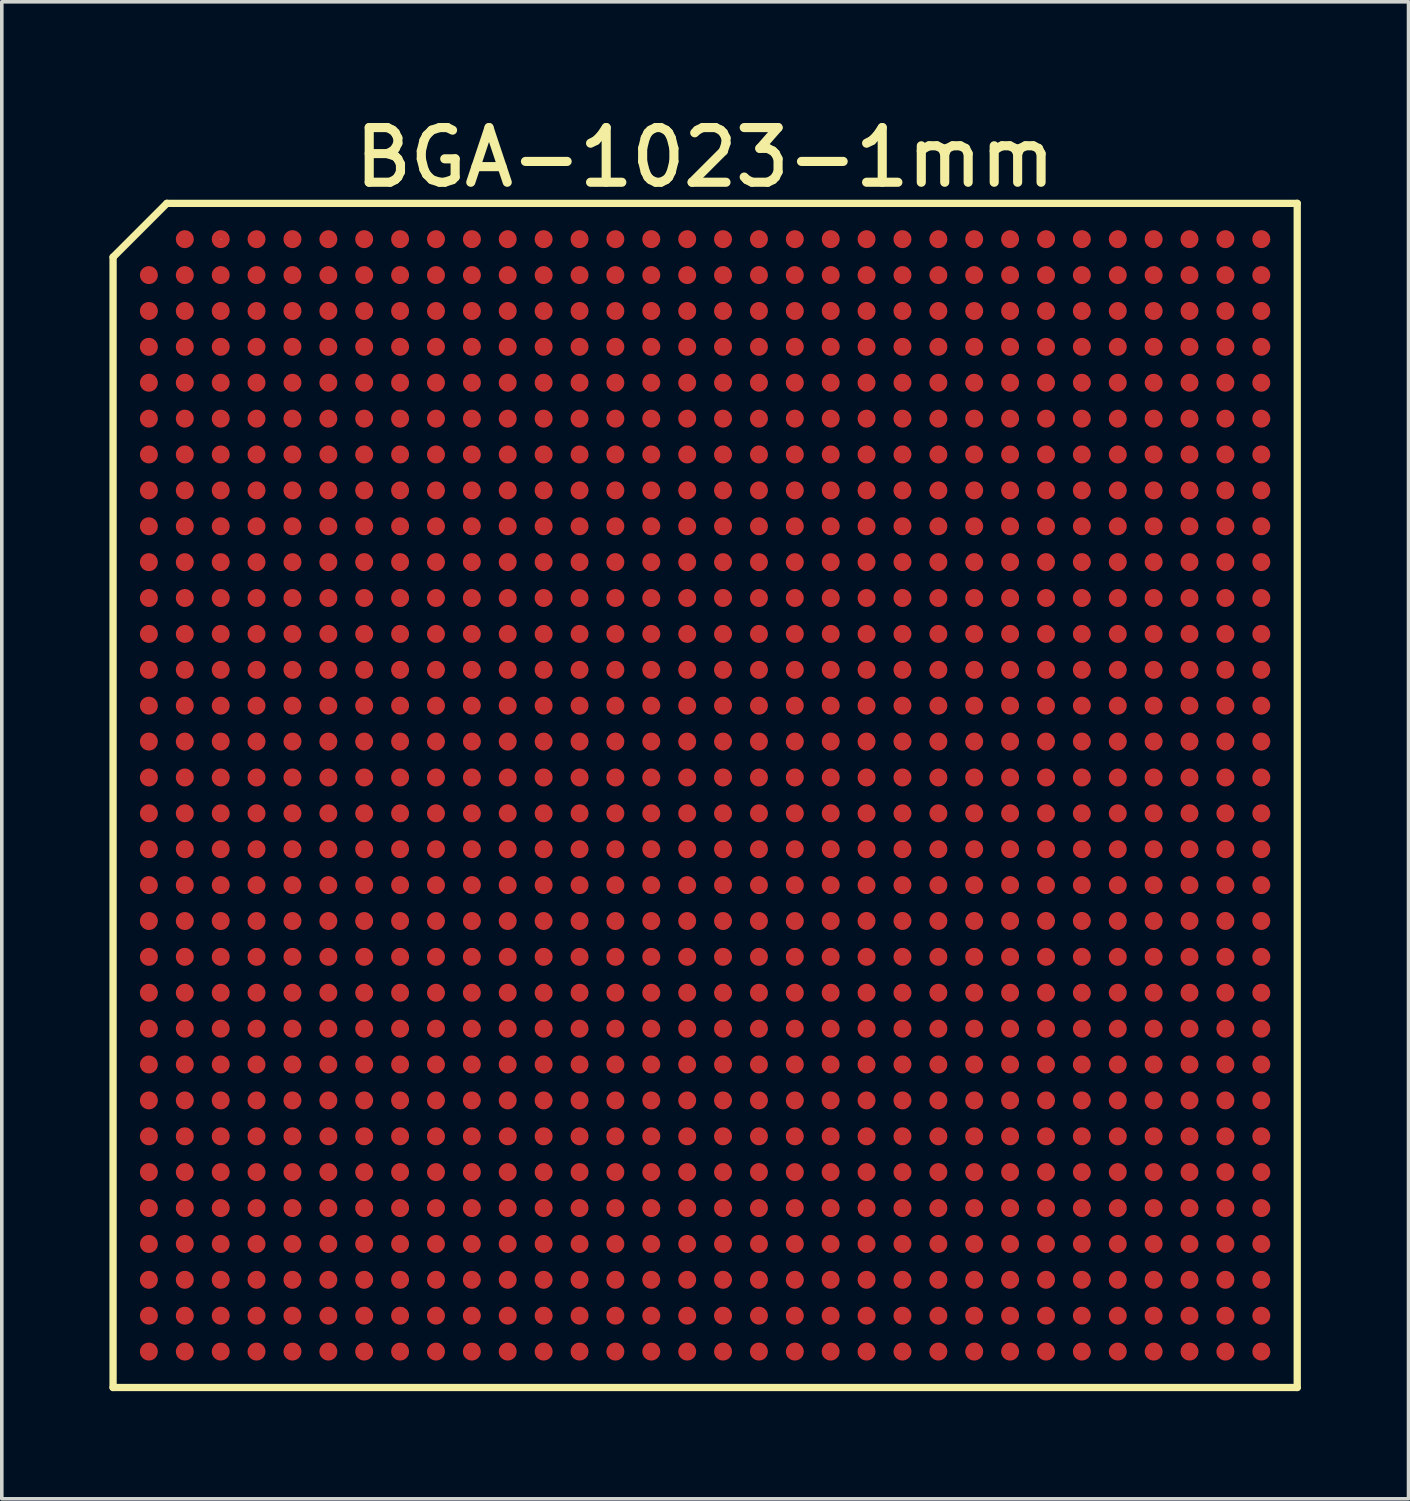
<source format=kicad_pcb>
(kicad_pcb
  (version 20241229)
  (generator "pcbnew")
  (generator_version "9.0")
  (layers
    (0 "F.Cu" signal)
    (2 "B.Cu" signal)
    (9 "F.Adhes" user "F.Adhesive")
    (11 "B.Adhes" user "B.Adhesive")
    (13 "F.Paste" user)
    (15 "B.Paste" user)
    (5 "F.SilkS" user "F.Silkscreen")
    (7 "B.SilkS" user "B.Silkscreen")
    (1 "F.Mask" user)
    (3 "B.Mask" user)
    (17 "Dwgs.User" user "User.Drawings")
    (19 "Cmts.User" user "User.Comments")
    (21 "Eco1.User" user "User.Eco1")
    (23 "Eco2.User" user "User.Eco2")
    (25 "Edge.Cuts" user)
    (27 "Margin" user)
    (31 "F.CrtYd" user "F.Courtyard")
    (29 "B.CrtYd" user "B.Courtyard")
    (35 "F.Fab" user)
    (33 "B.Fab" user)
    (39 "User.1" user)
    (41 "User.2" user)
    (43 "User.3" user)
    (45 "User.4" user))
  (footprint "BGA-1023-1mm"
    (layer "F.Cu")
    (at 16.601 19.117)
    (property "Reference" "BGA-1023-1mm" (at 0 -17.78 0) (layer "F.SilkS") (effects (font (size 1.524 1.524) (thickness 0.254))))
    (attr smd)
    (fp_line (start -16.5 -15.001) (end -15.001 -16.5) (stroke (width 0.203) (type solid)) (layer "F.SilkS"))
    (fp_line (start -16.5 16.5) (end -16.5 -15.001) (stroke (width 0.203) (type solid)) (layer "F.SilkS"))
    (fp_line (start -15.001 -16.5) (end 16.5 -16.5) (stroke (width 0.203) (type solid)) (layer "F.SilkS"))
    (fp_line (start -13.5 -15.502) (end -13.49 -15.502) (stroke (width 0.013) (type solid)) (layer "F.SilkS"))
    (fp_line (start 16.5 -16.5) (end 16.5 16.5) (stroke (width 0.203) (type solid)) (layer "F.SilkS"))
    (fp_line (start 16.5 16.5) (end -16.5 16.5) (stroke (width 0.203) (type solid)) (layer "F.SilkS"))
    (pad "A2" smd circle (at -14.501 -15.502) (size 0.5 0.5) (layers "F.Cu" "F.Mask" "F.Paste"))
    (pad "A3" smd circle (at -13.5 -15.502) (size 0.5 0.5) (layers "F.Cu" "F.Mask" "F.Paste"))
    (pad "A4" smd circle (at -12.502 -15.502) (size 0.5 0.5) (layers "F.Cu" "F.Mask" "F.Paste"))
    (pad "A5" smd circle (at -11.501 -15.502) (size 0.5 0.5) (layers "F.Cu" "F.Mask" "F.Paste"))
    (pad "A6" smd circle (at -10.5 -15.502) (size 0.5 0.5) (layers "F.Cu" "F.Mask" "F.Paste"))
    (pad "A7" smd circle (at -9.502 -15.502) (size 0.5 0.5) (layers "F.Cu" "F.Mask" "F.Paste"))
    (pad "A8" smd circle (at -8.501 -15.502) (size 0.5 0.5) (layers "F.Cu" "F.Mask" "F.Paste"))
    (pad "A9" smd circle (at -7.501 -15.502) (size 0.5 0.5) (layers "F.Cu" "F.Mask" "F.Paste"))
    (pad "A10" smd circle (at -6.5 -15.502) (size 0.5 0.5) (layers "F.Cu" "F.Mask" "F.Paste"))
    (pad "A11" smd circle (at -5.502 -15.502) (size 0.5 0.5) (layers "F.Cu" "F.Mask" "F.Paste"))
    (pad "A12" smd circle (at -4.501 -15.502) (size 0.5 0.5) (layers "F.Cu" "F.Mask" "F.Paste"))
    (pad "A13" smd circle (at -3.5 -15.502) (size 0.5 0.5) (layers "F.Cu" "F.Mask" "F.Paste"))
    (pad "A14" smd circle (at -2.502 -15.502) (size 0.5 0.5) (layers "F.Cu" "F.Mask" "F.Paste"))
    (pad "A15" smd circle (at -1.501 -15.502) (size 0.5 0.5) (layers "F.Cu" "F.Mask" "F.Paste"))
    (pad "A16" smd circle (at -0.5 -15.502) (size 0.5 0.5) (layers "F.Cu" "F.Mask" "F.Paste"))
    (pad "A17" smd circle (at 0.498 -15.502) (size 0.5 0.5) (layers "F.Cu" "F.Mask" "F.Paste"))
    (pad "A18" smd circle (at 1.499 -15.502) (size 0.5 0.5) (layers "F.Cu" "F.Mask" "F.Paste"))
    (pad "A19" smd circle (at 2.499 -15.502) (size 0.5 0.5) (layers "F.Cu" "F.Mask" "F.Paste"))
    (pad "A20" smd circle (at 3.5 -15.502) (size 0.5 0.5) (layers "F.Cu" "F.Mask" "F.Paste"))
    (pad "A21" smd circle (at 4.498 -15.502) (size 0.5 0.5) (layers "F.Cu" "F.Mask" "F.Paste"))
    (pad "A22" smd circle (at 5.499 -15.502) (size 0.5 0.5) (layers "F.Cu" "F.Mask" "F.Paste"))
    (pad "A23" smd circle (at 6.5 -15.502) (size 0.5 0.5) (layers "F.Cu" "F.Mask" "F.Paste"))
    (pad "A24" smd circle (at 7.498 -15.502) (size 0.5 0.5) (layers "F.Cu" "F.Mask" "F.Paste"))
    (pad "A25" smd circle (at 8.499 -15.502) (size 0.5 0.5) (layers "F.Cu" "F.Mask" "F.Paste"))
    (pad "A26" smd circle (at 9.5 -15.502) (size 0.5 0.5) (layers "F.Cu" "F.Mask" "F.Paste"))
    (pad "A27" smd circle (at 10.498 -15.502) (size 0.5 0.5) (layers "F.Cu" "F.Mask" "F.Paste"))
    (pad "A28" smd circle (at 11.499 -15.502) (size 0.5 0.5) (layers "F.Cu" "F.Mask" "F.Paste"))
    (pad "A29" smd circle (at 12.499 -15.502) (size 0.5 0.5) (layers "F.Cu" "F.Mask" "F.Paste"))
    (pad "A30" smd circle (at 13.498 -15.502) (size 0.5 0.5) (layers "F.Cu" "F.Mask" "F.Paste"))
    (pad "A31" smd circle (at 14.498 -15.502) (size 0.5 0.5) (layers "F.Cu" "F.Mask" "F.Paste"))
    (pad "A32" smd circle (at 15.499 -15.502) (size 0.5 0.5) (layers "F.Cu" "F.Mask" "F.Paste"))
    (pad "AA1" smd circle (at -15.502 4.498) (size 0.5 0.5) (layers "F.Cu" "F.Mask" "F.Paste"))
    (pad "AA2" smd circle (at -14.501 4.498) (size 0.5 0.5) (layers "F.Cu" "F.Mask" "F.Paste"))
    (pad "AA3" smd circle (at -13.5 4.498) (size 0.5 0.5) (layers "F.Cu" "F.Mask" "F.Paste"))
    (pad "AA4" smd circle (at -12.502 4.498) (size 0.5 0.5) (layers "F.Cu" "F.Mask" "F.Paste"))
    (pad "AA5" smd circle (at -11.501 4.498) (size 0.5 0.5) (layers "F.Cu" "F.Mask" "F.Paste"))
    (pad "AA6" smd circle (at -10.5 4.498) (size 0.5 0.5) (layers "F.Cu" "F.Mask" "F.Paste"))
    (pad "AA7" smd circle (at -9.502 4.498) (size 0.5 0.5) (layers "F.Cu" "F.Mask" "F.Paste"))
    (pad "AA8" smd circle (at -8.501 4.498) (size 0.5 0.5) (layers "F.Cu" "F.Mask" "F.Paste"))
    (pad "AA9" smd circle (at -7.501 4.498) (size 0.5 0.5) (layers "F.Cu" "F.Mask" "F.Paste"))
    (pad "AA10" smd circle (at -6.502 4.498) (size 0.5 0.5) (layers "F.Cu" "F.Mask" "F.Paste"))
    (pad "AA11" smd circle (at -5.502 4.498) (size 0.5 0.5) (layers "F.Cu" "F.Mask" "F.Paste"))
    (pad "AA12" smd circle (at -4.501 4.498) (size 0.5 0.5) (layers "F.Cu" "F.Mask" "F.Paste"))
    (pad "AA13" smd circle (at -3.5 4.498) (size 0.5 0.5) (layers "F.Cu" "F.Mask" "F.Paste"))
    (pad "AA14" smd circle (at -2.502 4.498) (size 0.5 0.5) (layers "F.Cu" "F.Mask" "F.Paste"))
    (pad "AA15" smd circle (at -1.501 4.498) (size 0.5 0.5) (layers "F.Cu" "F.Mask" "F.Paste"))
    (pad "AA16" smd circle (at -0.5 4.498) (size 0.5 0.5) (layers "F.Cu" "F.Mask" "F.Paste"))
    (pad "AA17" smd circle (at 0.498 4.498) (size 0.5 0.5) (layers "F.Cu" "F.Mask" "F.Paste"))
    (pad "AA18" smd circle (at 1.499 4.498) (size 0.5 0.5) (layers "F.Cu" "F.Mask" "F.Paste"))
    (pad "AA19" smd circle (at 2.499 4.498) (size 0.5 0.5) (layers "F.Cu" "F.Mask" "F.Paste"))
    (pad "AA20" smd circle (at 3.498 4.498) (size 0.5 0.5) (layers "F.Cu" "F.Mask" "F.Paste"))
    (pad "AA21" smd circle (at 4.498 4.498) (size 0.5 0.5) (layers "F.Cu" "F.Mask" "F.Paste"))
    (pad "AA22" smd circle (at 5.499 4.498) (size 0.5 0.5) (layers "F.Cu" "F.Mask" "F.Paste"))
    (pad "AA23" smd circle (at 6.5 4.498) (size 0.5 0.5) (layers "F.Cu" "F.Mask" "F.Paste"))
    (pad "AA24" smd circle (at 7.498 4.498) (size 0.5 0.5) (layers "F.Cu" "F.Mask" "F.Paste"))
    (pad "AA25" smd circle (at 8.499 4.498) (size 0.5 0.5) (layers "F.Cu" "F.Mask" "F.Paste"))
    (pad "AA26" smd circle (at 9.5 4.498) (size 0.5 0.5) (layers "F.Cu" "F.Mask" "F.Paste"))
    (pad "AA27" smd circle (at 10.498 4.498) (size 0.5 0.5) (layers "F.Cu" "F.Mask" "F.Paste"))
    (pad "AA28" smd circle (at 11.499 4.498) (size 0.5 0.5) (layers "F.Cu" "F.Mask" "F.Paste"))
    (pad "AA29" smd circle (at 12.499 4.498) (size 0.5 0.5) (layers "F.Cu" "F.Mask" "F.Paste"))
    (pad "AA30" smd circle (at 13.498 4.498) (size 0.5 0.5) (layers "F.Cu" "F.Mask" "F.Paste"))
    (pad "AA31" smd circle (at 14.498 4.498) (size 0.5 0.5) (layers "F.Cu" "F.Mask" "F.Paste"))
    (pad "AA32" smd circle (at 15.499 4.498) (size 0.5 0.5) (layers "F.Cu" "F.Mask" "F.Paste"))
    (pad "AB1" smd circle (at -15.502 5.499) (size 0.5 0.5) (layers "F.Cu" "F.Mask" "F.Paste"))
    (pad "AB2" smd circle (at -14.501 5.499) (size 0.5 0.5) (layers "F.Cu" "F.Mask" "F.Paste"))
    (pad "AB3" smd circle (at -13.5 5.499) (size 0.5 0.5) (layers "F.Cu" "F.Mask" "F.Paste"))
    (pad "AB4" smd circle (at -12.502 5.499) (size 0.5 0.5) (layers "F.Cu" "F.Mask" "F.Paste"))
    (pad "AB5" smd circle (at -11.501 5.499) (size 0.5 0.5) (layers "F.Cu" "F.Mask" "F.Paste"))
    (pad "AB6" smd circle (at -10.5 5.499) (size 0.5 0.5) (layers "F.Cu" "F.Mask" "F.Paste"))
    (pad "AB7" smd circle (at -9.502 5.499) (size 0.5 0.5) (layers "F.Cu" "F.Mask" "F.Paste"))
    (pad "AB8" smd circle (at -8.501 5.499) (size 0.5 0.5) (layers "F.Cu" "F.Mask" "F.Paste"))
    (pad "AB9" smd circle (at -7.501 5.499) (size 0.5 0.5) (layers "F.Cu" "F.Mask" "F.Paste"))
    (pad "AB10" smd circle (at -6.502 5.499) (size 0.5 0.5) (layers "F.Cu" "F.Mask" "F.Paste"))
    (pad "AB11" smd circle (at -5.502 5.499) (size 0.5 0.5) (layers "F.Cu" "F.Mask" "F.Paste"))
    (pad "AB12" smd circle (at -4.501 5.499) (size 0.5 0.5) (layers "F.Cu" "F.Mask" "F.Paste"))
    (pad "AB13" smd circle (at -3.5 5.499) (size 0.5 0.5) (layers "F.Cu" "F.Mask" "F.Paste"))
    (pad "AB14" smd circle (at -2.502 5.499) (size 0.5 0.5) (layers "F.Cu" "F.Mask" "F.Paste"))
    (pad "AB15" smd circle (at -1.501 5.499) (size 0.5 0.5) (layers "F.Cu" "F.Mask" "F.Paste"))
    (pad "AB16" smd circle (at -0.5 5.499) (size 0.5 0.5) (layers "F.Cu" "F.Mask" "F.Paste"))
    (pad "AB17" smd circle (at 0.498 5.499) (size 0.5 0.5) (layers "F.Cu" "F.Mask" "F.Paste"))
    (pad "AB18" smd circle (at 1.499 5.499) (size 0.5 0.5) (layers "F.Cu" "F.Mask" "F.Paste"))
    (pad "AB19" smd circle (at 2.499 5.499) (size 0.5 0.5) (layers "F.Cu" "F.Mask" "F.Paste"))
    (pad "AB20" smd circle (at 3.498 5.499) (size 0.5 0.5) (layers "F.Cu" "F.Mask" "F.Paste"))
    (pad "AB21" smd circle (at 4.498 5.499) (size 0.5 0.5) (layers "F.Cu" "F.Mask" "F.Paste"))
    (pad "AB22" smd circle (at 5.499 5.499) (size 0.5 0.5) (layers "F.Cu" "F.Mask" "F.Paste"))
    (pad "AB23" smd circle (at 6.5 5.499) (size 0.5 0.5) (layers "F.Cu" "F.Mask" "F.Paste"))
    (pad "AB24" smd circle (at 7.498 5.499) (size 0.5 0.5) (layers "F.Cu" "F.Mask" "F.Paste"))
    (pad "AB25" smd circle (at 8.499 5.499) (size 0.5 0.5) (layers "F.Cu" "F.Mask" "F.Paste"))
    (pad "AB26" smd circle (at 9.5 5.499) (size 0.5 0.5) (layers "F.Cu" "F.Mask" "F.Paste"))
    (pad "AB27" smd circle (at 10.498 5.499) (size 0.5 0.5) (layers "F.Cu" "F.Mask" "F.Paste"))
    (pad "AB28" smd circle (at 11.499 5.499) (size 0.5 0.5) (layers "F.Cu" "F.Mask" "F.Paste"))
    (pad "AB29" smd circle (at 12.499 5.499) (size 0.5 0.5) (layers "F.Cu" "F.Mask" "F.Paste"))
    (pad "AB30" smd circle (at 13.498 5.499) (size 0.5 0.5) (layers "F.Cu" "F.Mask" "F.Paste"))
    (pad "AB31" smd circle (at 14.498 5.499) (size 0.5 0.5) (layers "F.Cu" "F.Mask" "F.Paste"))
    (pad "AB32" smd circle (at 15.499 5.499) (size 0.5 0.5) (layers "F.Cu" "F.Mask" "F.Paste"))
    (pad "AC1" smd circle (at -15.502 6.5) (size 0.5 0.5) (layers "F.Cu" "F.Mask" "F.Paste"))
    (pad "AC2" smd circle (at -14.501 6.5) (size 0.5 0.5) (layers "F.Cu" "F.Mask" "F.Paste"))
    (pad "AC3" smd circle (at -13.5 6.5) (size 0.5 0.5) (layers "F.Cu" "F.Mask" "F.Paste"))
    (pad "AC4" smd circle (at -12.502 6.5) (size 0.5 0.5) (layers "F.Cu" "F.Mask" "F.Paste"))
    (pad "AC5" smd circle (at -11.501 6.5) (size 0.5 0.5) (layers "F.Cu" "F.Mask" "F.Paste"))
    (pad "AC6" smd circle (at -10.5 6.5) (size 0.5 0.5) (layers "F.Cu" "F.Mask" "F.Paste"))
    (pad "AC7" smd circle (at -9.502 6.5) (size 0.5 0.5) (layers "F.Cu" "F.Mask" "F.Paste"))
    (pad "AC8" smd circle (at -8.501 6.5) (size 0.5 0.5) (layers "F.Cu" "F.Mask" "F.Paste"))
    (pad "AC9" smd circle (at -7.501 6.5) (size 0.5 0.5) (layers "F.Cu" "F.Mask" "F.Paste"))
    (pad "AC10" smd circle (at -6.502 6.5) (size 0.5 0.5) (layers "F.Cu" "F.Mask" "F.Paste"))
    (pad "AC11" smd circle (at -5.502 6.5) (size 0.5 0.5) (layers "F.Cu" "F.Mask" "F.Paste"))
    (pad "AC12" smd circle (at -4.501 6.5) (size 0.5 0.5) (layers "F.Cu" "F.Mask" "F.Paste"))
    (pad "AC13" smd circle (at -3.5 6.5) (size 0.5 0.5) (layers "F.Cu" "F.Mask" "F.Paste"))
    (pad "AC14" smd circle (at -2.502 6.5) (size 0.5 0.5) (layers "F.Cu" "F.Mask" "F.Paste"))
    (pad "AC15" smd circle (at -1.501 6.5) (size 0.5 0.5) (layers "F.Cu" "F.Mask" "F.Paste"))
    (pad "AC16" smd circle (at -0.5 6.5) (size 0.5 0.5) (layers "F.Cu" "F.Mask" "F.Paste"))
    (pad "AC17" smd circle (at 0.498 6.5) (size 0.5 0.5) (layers "F.Cu" "F.Mask" "F.Paste"))
    (pad "AC18" smd circle (at 1.499 6.5) (size 0.5 0.5) (layers "F.Cu" "F.Mask" "F.Paste"))
    (pad "AC19" smd circle (at 2.499 6.5) (size 0.5 0.5) (layers "F.Cu" "F.Mask" "F.Paste"))
    (pad "AC20" smd circle (at 3.498 6.5) (size 0.5 0.5) (layers "F.Cu" "F.Mask" "F.Paste"))
    (pad "AC21" smd circle (at 4.498 6.5) (size 0.5 0.5) (layers "F.Cu" "F.Mask" "F.Paste"))
    (pad "AC22" smd circle (at 5.499 6.5) (size 0.5 0.5) (layers "F.Cu" "F.Mask" "F.Paste"))
    (pad "AC23" smd circle (at 6.5 6.5) (size 0.5 0.5) (layers "F.Cu" "F.Mask" "F.Paste"))
    (pad "AC24" smd circle (at 7.498 6.5) (size 0.5 0.5) (layers "F.Cu" "F.Mask" "F.Paste"))
    (pad "AC25" smd circle (at 8.499 6.5) (size 0.5 0.5) (layers "F.Cu" "F.Mask" "F.Paste"))
    (pad "AC26" smd circle (at 9.5 6.5) (size 0.5 0.5) (layers "F.Cu" "F.Mask" "F.Paste"))
    (pad "AC27" smd circle (at 10.498 6.5) (size 0.5 0.5) (layers "F.Cu" "F.Mask" "F.Paste"))
    (pad "AC28" smd circle (at 11.499 6.5) (size 0.5 0.5) (layers "F.Cu" "F.Mask" "F.Paste"))
    (pad "AC29" smd circle (at 12.499 6.5) (size 0.5 0.5) (layers "F.Cu" "F.Mask" "F.Paste"))
    (pad "AC30" smd circle (at 13.498 6.5) (size 0.5 0.5) (layers "F.Cu" "F.Mask" "F.Paste"))
    (pad "AC31" smd circle (at 14.498 6.5) (size 0.5 0.5) (layers "F.Cu" "F.Mask" "F.Paste"))
    (pad "AC32" smd circle (at 15.499 6.5) (size 0.5 0.5) (layers "F.Cu" "F.Mask" "F.Paste"))
    (pad "AD1" smd circle (at -15.502 7.498) (size 0.5 0.5) (layers "F.Cu" "F.Mask" "F.Paste"))
    (pad "AD2" smd circle (at -14.501 7.498) (size 0.5 0.5) (layers "F.Cu" "F.Mask" "F.Paste"))
    (pad "AD3" smd circle (at -13.5 7.498) (size 0.5 0.5) (layers "F.Cu" "F.Mask" "F.Paste"))
    (pad "AD4" smd circle (at -12.502 7.498) (size 0.5 0.5) (layers "F.Cu" "F.Mask" "F.Paste"))
    (pad "AD5" smd circle (at -11.501 7.498) (size 0.5 0.5) (layers "F.Cu" "F.Mask" "F.Paste"))
    (pad "AD6" smd circle (at -10.5 7.498) (size 0.5 0.5) (layers "F.Cu" "F.Mask" "F.Paste"))
    (pad "AD7" smd circle (at -9.502 7.498) (size 0.5 0.5) (layers "F.Cu" "F.Mask" "F.Paste"))
    (pad "AD8" smd circle (at -8.501 7.498) (size 0.5 0.5) (layers "F.Cu" "F.Mask" "F.Paste"))
    (pad "AD9" smd circle (at -7.501 7.498) (size 0.5 0.5) (layers "F.Cu" "F.Mask" "F.Paste"))
    (pad "AD10" smd circle (at -6.502 7.498) (size 0.5 0.5) (layers "F.Cu" "F.Mask" "F.Paste"))
    (pad "AD11" smd circle (at -5.502 7.498) (size 0.5 0.5) (layers "F.Cu" "F.Mask" "F.Paste"))
    (pad "AD12" smd circle (at -4.501 7.498) (size 0.5 0.5) (layers "F.Cu" "F.Mask" "F.Paste"))
    (pad "AD13" smd circle (at -3.5 7.498) (size 0.5 0.5) (layers "F.Cu" "F.Mask" "F.Paste"))
    (pad "AD14" smd circle (at -2.502 7.498) (size 0.5 0.5) (layers "F.Cu" "F.Mask" "F.Paste"))
    (pad "AD15" smd circle (at -1.501 7.498) (size 0.5 0.5) (layers "F.Cu" "F.Mask" "F.Paste"))
    (pad "AD16" smd circle (at -0.5 7.498) (size 0.5 0.5) (layers "F.Cu" "F.Mask" "F.Paste"))
    (pad "AD17" smd circle (at 0.498 7.498) (size 0.5 0.5) (layers "F.Cu" "F.Mask" "F.Paste"))
    (pad "AD18" smd circle (at 1.499 7.498) (size 0.5 0.5) (layers "F.Cu" "F.Mask" "F.Paste"))
    (pad "AD19" smd circle (at 2.499 7.498) (size 0.5 0.5) (layers "F.Cu" "F.Mask" "F.Paste"))
    (pad "AD20" smd circle (at 3.498 7.498) (size 0.5 0.5) (layers "F.Cu" "F.Mask" "F.Paste"))
    (pad "AD21" smd circle (at 4.498 7.498) (size 0.5 0.5) (layers "F.Cu" "F.Mask" "F.Paste"))
    (pad "AD22" smd circle (at 5.499 7.498) (size 0.5 0.5) (layers "F.Cu" "F.Mask" "F.Paste"))
    (pad "AD23" smd circle (at 6.5 7.498) (size 0.5 0.5) (layers "F.Cu" "F.Mask" "F.Paste"))
    (pad "AD24" smd circle (at 7.498 7.498) (size 0.5 0.5) (layers "F.Cu" "F.Mask" "F.Paste"))
    (pad "AD25" smd circle (at 8.499 7.498) (size 0.5 0.5) (layers "F.Cu" "F.Mask" "F.Paste"))
    (pad "AD26" smd circle (at 9.5 7.498) (size 0.5 0.5) (layers "F.Cu" "F.Mask" "F.Paste"))
    (pad "AD27" smd circle (at 10.498 7.498) (size 0.5 0.5) (layers "F.Cu" "F.Mask" "F.Paste"))
    (pad "AD28" smd circle (at 11.499 7.498) (size 0.5 0.5) (layers "F.Cu" "F.Mask" "F.Paste"))
    (pad "AD29" smd circle (at 12.499 7.498) (size 0.5 0.5) (layers "F.Cu" "F.Mask" "F.Paste"))
    (pad "AD30" smd circle (at 13.498 7.498) (size 0.5 0.5) (layers "F.Cu" "F.Mask" "F.Paste"))
    (pad "AD31" smd circle (at 14.498 7.498) (size 0.5 0.5) (layers "F.Cu" "F.Mask" "F.Paste"))
    (pad "AD32" smd circle (at 15.499 7.498) (size 0.5 0.5) (layers "F.Cu" "F.Mask" "F.Paste"))
    (pad "AE1" smd circle (at -15.502 8.499) (size 0.5 0.5) (layers "F.Cu" "F.Mask" "F.Paste"))
    (pad "AE2" smd circle (at -14.501 8.499) (size 0.5 0.5) (layers "F.Cu" "F.Mask" "F.Paste"))
    (pad "AE3" smd circle (at -13.5 8.499) (size 0.5 0.5) (layers "F.Cu" "F.Mask" "F.Paste"))
    (pad "AE4" smd circle (at -12.502 8.499) (size 0.5 0.5) (layers "F.Cu" "F.Mask" "F.Paste"))
    (pad "AE5" smd circle (at -11.501 8.499) (size 0.5 0.5) (layers "F.Cu" "F.Mask" "F.Paste"))
    (pad "AE6" smd circle (at -10.5 8.499) (size 0.5 0.5) (layers "F.Cu" "F.Mask" "F.Paste"))
    (pad "AE7" smd circle (at -9.502 8.499) (size 0.5 0.5) (layers "F.Cu" "F.Mask" "F.Paste"))
    (pad "AE8" smd circle (at -8.501 8.499) (size 0.5 0.5) (layers "F.Cu" "F.Mask" "F.Paste"))
    (pad "AE9" smd circle (at -7.501 8.499) (size 0.5 0.5) (layers "F.Cu" "F.Mask" "F.Paste"))
    (pad "AE10" smd circle (at -6.502 8.499) (size 0.5 0.5) (layers "F.Cu" "F.Mask" "F.Paste"))
    (pad "AE11" smd circle (at -5.502 8.499) (size 0.5 0.5) (layers "F.Cu" "F.Mask" "F.Paste"))
    (pad "AE12" smd circle (at -4.501 8.499) (size 0.5 0.5) (layers "F.Cu" "F.Mask" "F.Paste"))
    (pad "AE13" smd circle (at -3.5 8.499) (size 0.5 0.5) (layers "F.Cu" "F.Mask" "F.Paste"))
    (pad "AE14" smd circle (at -2.502 8.499) (size 0.5 0.5) (layers "F.Cu" "F.Mask" "F.Paste"))
    (pad "AE15" smd circle (at -1.501 8.499) (size 0.5 0.5) (layers "F.Cu" "F.Mask" "F.Paste"))
    (pad "AE16" smd circle (at -0.5 8.499) (size 0.5 0.5) (layers "F.Cu" "F.Mask" "F.Paste"))
    (pad "AE17" smd circle (at 0.498 8.499) (size 0.5 0.5) (layers "F.Cu" "F.Mask" "F.Paste"))
    (pad "AE18" smd circle (at 1.499 8.499) (size 0.5 0.5) (layers "F.Cu" "F.Mask" "F.Paste"))
    (pad "AE19" smd circle (at 2.499 8.499) (size 0.5 0.5) (layers "F.Cu" "F.Mask" "F.Paste"))
    (pad "AE20" smd circle (at 3.498 8.499) (size 0.5 0.5) (layers "F.Cu" "F.Mask" "F.Paste"))
    (pad "AE21" smd circle (at 4.498 8.499) (size 0.5 0.5) (layers "F.Cu" "F.Mask" "F.Paste"))
    (pad "AE22" smd circle (at 5.499 8.499) (size 0.5 0.5) (layers "F.Cu" "F.Mask" "F.Paste"))
    (pad "AE23" smd circle (at 6.5 8.499) (size 0.5 0.5) (layers "F.Cu" "F.Mask" "F.Paste"))
    (pad "AE24" smd circle (at 7.498 8.499) (size 0.5 0.5) (layers "F.Cu" "F.Mask" "F.Paste"))
    (pad "AE25" smd circle (at 8.499 8.499) (size 0.5 0.5) (layers "F.Cu" "F.Mask" "F.Paste"))
    (pad "AE26" smd circle (at 9.5 8.499) (size 0.5 0.5) (layers "F.Cu" "F.Mask" "F.Paste"))
    (pad "AE27" smd circle (at 10.498 8.499) (size 0.5 0.5) (layers "F.Cu" "F.Mask" "F.Paste"))
    (pad "AE28" smd circle (at 11.499 8.499) (size 0.5 0.5) (layers "F.Cu" "F.Mask" "F.Paste"))
    (pad "AE29" smd circle (at 12.499 8.499) (size 0.5 0.5) (layers "F.Cu" "F.Mask" "F.Paste"))
    (pad "AE30" smd circle (at 13.498 8.499) (size 0.5 0.5) (layers "F.Cu" "F.Mask" "F.Paste"))
    (pad "AE31" smd circle (at 14.498 8.499) (size 0.5 0.5) (layers "F.Cu" "F.Mask" "F.Paste"))
    (pad "AE32" smd circle (at 15.499 8.499) (size 0.5 0.5) (layers "F.Cu" "F.Mask" "F.Paste"))
    (pad "AF1" smd circle (at -15.502 9.5) (size 0.5 0.5) (layers "F.Cu" "F.Mask" "F.Paste"))
    (pad "AF2" smd circle (at -14.501 9.5) (size 0.5 0.5) (layers "F.Cu" "F.Mask" "F.Paste"))
    (pad "AF3" smd circle (at -13.5 9.5) (size 0.5 0.5) (layers "F.Cu" "F.Mask" "F.Paste"))
    (pad "AF4" smd circle (at -12.502 9.5) (size 0.5 0.5) (layers "F.Cu" "F.Mask" "F.Paste"))
    (pad "AF5" smd circle (at -11.501 9.5) (size 0.5 0.5) (layers "F.Cu" "F.Mask" "F.Paste"))
    (pad "AF6" smd circle (at -10.5 9.5) (size 0.5 0.5) (layers "F.Cu" "F.Mask" "F.Paste"))
    (pad "AF7" smd circle (at -9.502 9.5) (size 0.5 0.5) (layers "F.Cu" "F.Mask" "F.Paste"))
    (pad "AF8" smd circle (at -8.501 9.5) (size 0.5 0.5) (layers "F.Cu" "F.Mask" "F.Paste"))
    (pad "AF9" smd circle (at -7.501 9.5) (size 0.5 0.5) (layers "F.Cu" "F.Mask" "F.Paste"))
    (pad "AF10" smd circle (at -6.502 9.5) (size 0.5 0.5) (layers "F.Cu" "F.Mask" "F.Paste"))
    (pad "AF11" smd circle (at -5.502 9.5) (size 0.5 0.5) (layers "F.Cu" "F.Mask" "F.Paste"))
    (pad "AF12" smd circle (at -4.501 9.5) (size 0.5 0.5) (layers "F.Cu" "F.Mask" "F.Paste"))
    (pad "AF13" smd circle (at -3.5 9.5) (size 0.5 0.5) (layers "F.Cu" "F.Mask" "F.Paste"))
    (pad "AF14" smd circle (at -2.502 9.5) (size 0.5 0.5) (layers "F.Cu" "F.Mask" "F.Paste"))
    (pad "AF15" smd circle (at -1.501 9.5) (size 0.5 0.5) (layers "F.Cu" "F.Mask" "F.Paste"))
    (pad "AF16" smd circle (at -0.5 9.5) (size 0.5 0.5) (layers "F.Cu" "F.Mask" "F.Paste"))
    (pad "AF17" smd circle (at 0.498 9.5) (size 0.5 0.5) (layers "F.Cu" "F.Mask" "F.Paste"))
    (pad "AF18" smd circle (at 1.499 9.5) (size 0.5 0.5) (layers "F.Cu" "F.Mask" "F.Paste"))
    (pad "AF19" smd circle (at 2.499 9.5) (size 0.5 0.5) (layers "F.Cu" "F.Mask" "F.Paste"))
    (pad "AF20" smd circle (at 3.498 9.5) (size 0.5 0.5) (layers "F.Cu" "F.Mask" "F.Paste"))
    (pad "AF21" smd circle (at 4.498 9.5) (size 0.5 0.5) (layers "F.Cu" "F.Mask" "F.Paste"))
    (pad "AF22" smd circle (at 5.499 9.5) (size 0.5 0.5) (layers "F.Cu" "F.Mask" "F.Paste"))
    (pad "AF23" smd circle (at 6.5 9.5) (size 0.5 0.5) (layers "F.Cu" "F.Mask" "F.Paste"))
    (pad "AF24" smd circle (at 7.498 9.5) (size 0.5 0.5) (layers "F.Cu" "F.Mask" "F.Paste"))
    (pad "AF25" smd circle (at 8.499 9.5) (size 0.5 0.5) (layers "F.Cu" "F.Mask" "F.Paste"))
    (pad "AF26" smd circle (at 9.5 9.5) (size 0.5 0.5) (layers "F.Cu" "F.Mask" "F.Paste"))
    (pad "AF27" smd circle (at 10.498 9.5) (size 0.5 0.5) (layers "F.Cu" "F.Mask" "F.Paste"))
    (pad "AF28" smd circle (at 11.499 9.5) (size 0.5 0.5) (layers "F.Cu" "F.Mask" "F.Paste"))
    (pad "AF29" smd circle (at 12.499 9.5) (size 0.5 0.5) (layers "F.Cu" "F.Mask" "F.Paste"))
    (pad "AF30" smd circle (at 13.498 9.5) (size 0.5 0.5) (layers "F.Cu" "F.Mask" "F.Paste"))
    (pad "AF31" smd circle (at 14.498 9.5) (size 0.5 0.5) (layers "F.Cu" "F.Mask" "F.Paste"))
    (pad "AF32" smd circle (at 15.499 9.5) (size 0.5 0.5) (layers "F.Cu" "F.Mask" "F.Paste"))
    (pad "AG1" smd circle (at -15.502 10.498) (size 0.5 0.5) (layers "F.Cu" "F.Mask" "F.Paste"))
    (pad "AG2" smd circle (at -14.501 10.498) (size 0.5 0.5) (layers "F.Cu" "F.Mask" "F.Paste"))
    (pad "AG3" smd circle (at -13.5 10.498) (size 0.5 0.5) (layers "F.Cu" "F.Mask" "F.Paste"))
    (pad "AG4" smd circle (at -12.502 10.498) (size 0.5 0.5) (layers "F.Cu" "F.Mask" "F.Paste"))
    (pad "AG5" smd circle (at -11.501 10.498) (size 0.5 0.5) (layers "F.Cu" "F.Mask" "F.Paste"))
    (pad "AG6" smd circle (at -10.5 10.498) (size 0.5 0.5) (layers "F.Cu" "F.Mask" "F.Paste"))
    (pad "AG7" smd circle (at -9.502 10.498) (size 0.5 0.5) (layers "F.Cu" "F.Mask" "F.Paste"))
    (pad "AG8" smd circle (at -8.501 10.498) (size 0.5 0.5) (layers "F.Cu" "F.Mask" "F.Paste"))
    (pad "AG9" smd circle (at -7.501 10.498) (size 0.5 0.5) (layers "F.Cu" "F.Mask" "F.Paste"))
    (pad "AG10" smd circle (at -6.502 10.498) (size 0.5 0.5) (layers "F.Cu" "F.Mask" "F.Paste"))
    (pad "AG11" smd circle (at -5.502 10.498) (size 0.5 0.5) (layers "F.Cu" "F.Mask" "F.Paste"))
    (pad "AG12" smd circle (at -4.501 10.498) (size 0.5 0.5) (layers "F.Cu" "F.Mask" "F.Paste"))
    (pad "AG13" smd circle (at -3.5 10.498) (size 0.5 0.5) (layers "F.Cu" "F.Mask" "F.Paste"))
    (pad "AG14" smd circle (at -2.502 10.498) (size 0.5 0.5) (layers "F.Cu" "F.Mask" "F.Paste"))
    (pad "AG15" smd circle (at -1.501 10.498) (size 0.5 0.5) (layers "F.Cu" "F.Mask" "F.Paste"))
    (pad "AG16" smd circle (at -0.5 10.498) (size 0.5 0.5) (layers "F.Cu" "F.Mask" "F.Paste"))
    (pad "AG17" smd circle (at 0.498 10.498) (size 0.5 0.5) (layers "F.Cu" "F.Mask" "F.Paste"))
    (pad "AG18" smd circle (at 1.499 10.498) (size 0.5 0.5) (layers "F.Cu" "F.Mask" "F.Paste"))
    (pad "AG19" smd circle (at 2.499 10.498) (size 0.5 0.5) (layers "F.Cu" "F.Mask" "F.Paste"))
    (pad "AG20" smd circle (at 3.498 10.498) (size 0.5 0.5) (layers "F.Cu" "F.Mask" "F.Paste"))
    (pad "AG21" smd circle (at 4.498 10.498) (size 0.5 0.5) (layers "F.Cu" "F.Mask" "F.Paste"))
    (pad "AG22" smd circle (at 5.499 10.498) (size 0.5 0.5) (layers "F.Cu" "F.Mask" "F.Paste"))
    (pad "AG23" smd circle (at 6.5 10.498) (size 0.5 0.5) (layers "F.Cu" "F.Mask" "F.Paste"))
    (pad "AG24" smd circle (at 7.498 10.498) (size 0.5 0.5) (layers "F.Cu" "F.Mask" "F.Paste"))
    (pad "AG25" smd circle (at 8.499 10.498) (size 0.5 0.5) (layers "F.Cu" "F.Mask" "F.Paste"))
    (pad "AG26" smd circle (at 9.5 10.498) (size 0.5 0.5) (layers "F.Cu" "F.Mask" "F.Paste"))
    (pad "AG27" smd circle (at 10.498 10.498) (size 0.5 0.5) (layers "F.Cu" "F.Mask" "F.Paste"))
    (pad "AG28" smd circle (at 11.499 10.498) (size 0.5 0.5) (layers "F.Cu" "F.Mask" "F.Paste"))
    (pad "AG29" smd circle (at 12.499 10.498) (size 0.5 0.5) (layers "F.Cu" "F.Mask" "F.Paste"))
    (pad "AG30" smd circle (at 13.498 10.498) (size 0.5 0.5) (layers "F.Cu" "F.Mask" "F.Paste"))
    (pad "AG31" smd circle (at 14.498 10.498) (size 0.5 0.5) (layers "F.Cu" "F.Mask" "F.Paste"))
    (pad "AG32" smd circle (at 15.499 10.498) (size 0.5 0.5) (layers "F.Cu" "F.Mask" "F.Paste"))
    (pad "AH1" smd circle (at -15.502 11.499) (size 0.5 0.5) (layers "F.Cu" "F.Mask" "F.Paste"))
    (pad "AH2" smd circle (at -14.501 11.499) (size 0.5 0.5) (layers "F.Cu" "F.Mask" "F.Paste"))
    (pad "AH3" smd circle (at -13.5 11.499) (size 0.5 0.5) (layers "F.Cu" "F.Mask" "F.Paste"))
    (pad "AH4" smd circle (at -12.502 11.499) (size 0.5 0.5) (layers "F.Cu" "F.Mask" "F.Paste"))
    (pad "AH5" smd circle (at -11.501 11.499) (size 0.5 0.5) (layers "F.Cu" "F.Mask" "F.Paste"))
    (pad "AH6" smd circle (at -10.5 11.499) (size 0.5 0.5) (layers "F.Cu" "F.Mask" "F.Paste"))
    (pad "AH7" smd circle (at -9.502 11.499) (size 0.5 0.5) (layers "F.Cu" "F.Mask" "F.Paste"))
    (pad "AH8" smd circle (at -8.501 11.499) (size 0.5 0.5) (layers "F.Cu" "F.Mask" "F.Paste"))
    (pad "AH9" smd circle (at -7.501 11.499) (size 0.5 0.5) (layers "F.Cu" "F.Mask" "F.Paste"))
    (pad "AH10" smd circle (at -6.502 11.499) (size 0.5 0.5) (layers "F.Cu" "F.Mask" "F.Paste"))
    (pad "AH11" smd circle (at -5.502 11.499) (size 0.5 0.5) (layers "F.Cu" "F.Mask" "F.Paste"))
    (pad "AH12" smd circle (at -4.501 11.499) (size 0.5 0.5) (layers "F.Cu" "F.Mask" "F.Paste"))
    (pad "AH13" smd circle (at -3.5 11.499) (size 0.5 0.5) (layers "F.Cu" "F.Mask" "F.Paste"))
    (pad "AH14" smd circle (at -2.502 11.499) (size 0.5 0.5) (layers "F.Cu" "F.Mask" "F.Paste"))
    (pad "AH15" smd circle (at -1.501 11.499) (size 0.5 0.5) (layers "F.Cu" "F.Mask" "F.Paste"))
    (pad "AH16" smd circle (at -0.5 11.499) (size 0.5 0.5) (layers "F.Cu" "F.Mask" "F.Paste"))
    (pad "AH17" smd circle (at 0.498 11.499) (size 0.5 0.5) (layers "F.Cu" "F.Mask" "F.Paste"))
    (pad "AH18" smd circle (at 1.499 11.499) (size 0.5 0.5) (layers "F.Cu" "F.Mask" "F.Paste"))
    (pad "AH19" smd circle (at 2.499 11.499) (size 0.5 0.5) (layers "F.Cu" "F.Mask" "F.Paste"))
    (pad "AH20" smd circle (at 3.498 11.499) (size 0.5 0.5) (layers "F.Cu" "F.Mask" "F.Paste"))
    (pad "AH21" smd circle (at 4.498 11.499) (size 0.5 0.5) (layers "F.Cu" "F.Mask" "F.Paste"))
    (pad "AH22" smd circle (at 5.499 11.499) (size 0.5 0.5) (layers "F.Cu" "F.Mask" "F.Paste"))
    (pad "AH23" smd circle (at 6.5 11.499) (size 0.5 0.5) (layers "F.Cu" "F.Mask" "F.Paste"))
    (pad "AH24" smd circle (at 7.498 11.499) (size 0.5 0.5) (layers "F.Cu" "F.Mask" "F.Paste"))
    (pad "AH25" smd circle (at 8.499 11.499) (size 0.5 0.5) (layers "F.Cu" "F.Mask" "F.Paste"))
    (pad "AH26" smd circle (at 9.5 11.499) (size 0.5 0.5) (layers "F.Cu" "F.Mask" "F.Paste"))
    (pad "AH27" smd circle (at 10.498 11.499) (size 0.5 0.5) (layers "F.Cu" "F.Mask" "F.Paste"))
    (pad "AH28" smd circle (at 11.499 11.499) (size 0.5 0.5) (layers "F.Cu" "F.Mask" "F.Paste"))
    (pad "AH29" smd circle (at 12.499 11.499) (size 0.5 0.5) (layers "F.Cu" "F.Mask" "F.Paste"))
    (pad "AH30" smd circle (at 13.498 11.499) (size 0.5 0.5) (layers "F.Cu" "F.Mask" "F.Paste"))
    (pad "AH31" smd circle (at 14.498 11.499) (size 0.5 0.5) (layers "F.Cu" "F.Mask" "F.Paste"))
    (pad "AH32" smd circle (at 15.499 11.499) (size 0.5 0.5) (layers "F.Cu" "F.Mask" "F.Paste"))
    (pad "AJ1" smd circle (at -15.502 12.499) (size 0.5 0.5) (layers "F.Cu" "F.Mask" "F.Paste"))
    (pad "AJ2" smd circle (at -14.501 12.499) (size 0.5 0.5) (layers "F.Cu" "F.Mask" "F.Paste"))
    (pad "AJ3" smd circle (at -13.5 12.499) (size 0.5 0.5) (layers "F.Cu" "F.Mask" "F.Paste"))
    (pad "AJ4" smd circle (at -12.502 12.499) (size 0.5 0.5) (layers "F.Cu" "F.Mask" "F.Paste"))
    (pad "AJ5" smd circle (at -11.501 12.499) (size 0.5 0.5) (layers "F.Cu" "F.Mask" "F.Paste"))
    (pad "AJ6" smd circle (at -10.5 12.499) (size 0.5 0.5) (layers "F.Cu" "F.Mask" "F.Paste"))
    (pad "AJ7" smd circle (at -9.502 12.499) (size 0.5 0.5) (layers "F.Cu" "F.Mask" "F.Paste"))
    (pad "AJ8" smd circle (at -8.501 12.499) (size 0.5 0.5) (layers "F.Cu" "F.Mask" "F.Paste"))
    (pad "AJ9" smd circle (at -7.501 12.499) (size 0.5 0.5) (layers "F.Cu" "F.Mask" "F.Paste"))
    (pad "AJ10" smd circle (at -6.502 12.499) (size 0.5 0.5) (layers "F.Cu" "F.Mask" "F.Paste"))
    (pad "AJ11" smd circle (at -5.502 12.499) (size 0.5 0.5) (layers "F.Cu" "F.Mask" "F.Paste"))
    (pad "AJ12" smd circle (at -4.501 12.499) (size 0.5 0.5) (layers "F.Cu" "F.Mask" "F.Paste"))
    (pad "AJ13" smd circle (at -3.5 12.499) (size 0.5 0.5) (layers "F.Cu" "F.Mask" "F.Paste"))
    (pad "AJ14" smd circle (at -2.502 12.499) (size 0.5 0.5) (layers "F.Cu" "F.Mask" "F.Paste"))
    (pad "AJ15" smd circle (at -1.501 12.499) (size 0.5 0.5) (layers "F.Cu" "F.Mask" "F.Paste"))
    (pad "AJ16" smd circle (at -0.5 12.499) (size 0.5 0.5) (layers "F.Cu" "F.Mask" "F.Paste"))
    (pad "AJ17" smd circle (at 0.498 12.499) (size 0.5 0.5) (layers "F.Cu" "F.Mask" "F.Paste"))
    (pad "AJ18" smd circle (at 1.499 12.499) (size 0.5 0.5) (layers "F.Cu" "F.Mask" "F.Paste"))
    (pad "AJ19" smd circle (at 2.499 12.499) (size 0.5 0.5) (layers "F.Cu" "F.Mask" "F.Paste"))
    (pad "AJ20" smd circle (at 3.498 12.499) (size 0.5 0.5) (layers "F.Cu" "F.Mask" "F.Paste"))
    (pad "AJ21" smd circle (at 4.498 12.499) (size 0.5 0.5) (layers "F.Cu" "F.Mask" "F.Paste"))
    (pad "AJ22" smd circle (at 5.499 12.499) (size 0.5 0.5) (layers "F.Cu" "F.Mask" "F.Paste"))
    (pad "AJ23" smd circle (at 6.5 12.499) (size 0.5 0.5) (layers "F.Cu" "F.Mask" "F.Paste"))
    (pad "AJ24" smd circle (at 7.498 12.499) (size 0.5 0.5) (layers "F.Cu" "F.Mask" "F.Paste"))
    (pad "AJ25" smd circle (at 8.499 12.499) (size 0.5 0.5) (layers "F.Cu" "F.Mask" "F.Paste"))
    (pad "AJ26" smd circle (at 9.5 12.499) (size 0.5 0.5) (layers "F.Cu" "F.Mask" "F.Paste"))
    (pad "AJ27" smd circle (at 10.498 12.499) (size 0.5 0.5) (layers "F.Cu" "F.Mask" "F.Paste"))
    (pad "AJ28" smd circle (at 11.499 12.499) (size 0.5 0.5) (layers "F.Cu" "F.Mask" "F.Paste"))
    (pad "AJ29" smd circle (at 12.499 12.499) (size 0.5 0.5) (layers "F.Cu" "F.Mask" "F.Paste"))
    (pad "AJ30" smd circle (at 13.498 12.499) (size 0.5 0.5) (layers "F.Cu" "F.Mask" "F.Paste"))
    (pad "AJ31" smd circle (at 14.498 12.499) (size 0.5 0.5) (layers "F.Cu" "F.Mask" "F.Paste"))
    (pad "AJ32" smd circle (at 15.499 12.499) (size 0.5 0.5) (layers "F.Cu" "F.Mask" "F.Paste"))
    (pad "AK1" smd circle (at -15.502 13.498) (size 0.5 0.5) (layers "F.Cu" "F.Mask" "F.Paste"))
    (pad "AK2" smd circle (at -14.501 13.498) (size 0.5 0.5) (layers "F.Cu" "F.Mask" "F.Paste"))
    (pad "AK3" smd circle (at -13.5 13.498) (size 0.5 0.5) (layers "F.Cu" "F.Mask" "F.Paste"))
    (pad "AK4" smd circle (at -12.502 13.498) (size 0.5 0.5) (layers "F.Cu" "F.Mask" "F.Paste"))
    (pad "AK5" smd circle (at -11.501 13.498) (size 0.5 0.5) (layers "F.Cu" "F.Mask" "F.Paste"))
    (pad "AK6" smd circle (at -10.5 13.498) (size 0.5 0.5) (layers "F.Cu" "F.Mask" "F.Paste"))
    (pad "AK7" smd circle (at -9.502 13.498) (size 0.5 0.5) (layers "F.Cu" "F.Mask" "F.Paste"))
    (pad "AK8" smd circle (at -8.501 13.498) (size 0.5 0.5) (layers "F.Cu" "F.Mask" "F.Paste"))
    (pad "AK9" smd circle (at -7.501 13.498) (size 0.5 0.5) (layers "F.Cu" "F.Mask" "F.Paste"))
    (pad "AK10" smd circle (at -6.502 13.498) (size 0.5 0.5) (layers "F.Cu" "F.Mask" "F.Paste"))
    (pad "AK11" smd circle (at -5.502 13.498) (size 0.5 0.5) (layers "F.Cu" "F.Mask" "F.Paste"))
    (pad "AK12" smd circle (at -4.501 13.498) (size 0.5 0.5) (layers "F.Cu" "F.Mask" "F.Paste"))
    (pad "AK13" smd circle (at -3.5 13.498) (size 0.5 0.5) (layers "F.Cu" "F.Mask" "F.Paste"))
    (pad "AK14" smd circle (at -2.502 13.498) (size 0.5 0.5) (layers "F.Cu" "F.Mask" "F.Paste"))
    (pad "AK15" smd circle (at -1.501 13.498) (size 0.5 0.5) (layers "F.Cu" "F.Mask" "F.Paste"))
    (pad "AK16" smd circle (at -0.5 13.498) (size 0.5 0.5) (layers "F.Cu" "F.Mask" "F.Paste"))
    (pad "AK17" smd circle (at 0.498 13.498) (size 0.5 0.5) (layers "F.Cu" "F.Mask" "F.Paste"))
    (pad "AK18" smd circle (at 1.499 13.498) (size 0.5 0.5) (layers "F.Cu" "F.Mask" "F.Paste"))
    (pad "AK19" smd circle (at 2.499 13.498) (size 0.5 0.5) (layers "F.Cu" "F.Mask" "F.Paste"))
    (pad "AK20" smd circle (at 3.498 13.498) (size 0.5 0.5) (layers "F.Cu" "F.Mask" "F.Paste"))
    (pad "AK21" smd circle (at 4.498 13.498) (size 0.5 0.5) (layers "F.Cu" "F.Mask" "F.Paste"))
    (pad "AK22" smd circle (at 5.499 13.498) (size 0.5 0.5) (layers "F.Cu" "F.Mask" "F.Paste"))
    (pad "AK23" smd circle (at 6.5 13.498) (size 0.5 0.5) (layers "F.Cu" "F.Mask" "F.Paste"))
    (pad "AK24" smd circle (at 7.498 13.498) (size 0.5 0.5) (layers "F.Cu" "F.Mask" "F.Paste"))
    (pad "AK25" smd circle (at 8.499 13.498) (size 0.5 0.5) (layers "F.Cu" "F.Mask" "F.Paste"))
    (pad "AK26" smd circle (at 9.5 13.498) (size 0.5 0.5) (layers "F.Cu" "F.Mask" "F.Paste"))
    (pad "AK27" smd circle (at 10.498 13.498) (size 0.5 0.5) (layers "F.Cu" "F.Mask" "F.Paste"))
    (pad "AK28" smd circle (at 11.499 13.498) (size 0.5 0.5) (layers "F.Cu" "F.Mask" "F.Paste"))
    (pad "AK29" smd circle (at 12.499 13.498) (size 0.5 0.5) (layers "F.Cu" "F.Mask" "F.Paste"))
    (pad "AK30" smd circle (at 13.498 13.498) (size 0.5 0.5) (layers "F.Cu" "F.Mask" "F.Paste"))
    (pad "AK31" smd circle (at 14.498 13.498) (size 0.5 0.5) (layers "F.Cu" "F.Mask" "F.Paste"))
    (pad "AK32" smd circle (at 15.499 13.498) (size 0.5 0.5) (layers "F.Cu" "F.Mask" "F.Paste"))
    (pad "AL1" smd circle (at -15.502 14.498) (size 0.5 0.5) (layers "F.Cu" "F.Mask" "F.Paste"))
    (pad "AL2" smd circle (at -14.501 14.498) (size 0.5 0.5) (layers "F.Cu" "F.Mask" "F.Paste"))
    (pad "AL3" smd circle (at -13.5 14.498) (size 0.5 0.5) (layers "F.Cu" "F.Mask" "F.Paste"))
    (pad "AL4" smd circle (at -12.502 14.498) (size 0.5 0.5) (layers "F.Cu" "F.Mask" "F.Paste"))
    (pad "AL5" smd circle (at -11.501 14.498) (size 0.5 0.5) (layers "F.Cu" "F.Mask" "F.Paste"))
    (pad "AL6" smd circle (at -10.5 14.498) (size 0.5 0.5) (layers "F.Cu" "F.Mask" "F.Paste"))
    (pad "AL7" smd circle (at -9.502 14.498) (size 0.5 0.5) (layers "F.Cu" "F.Mask" "F.Paste"))
    (pad "AL8" smd circle (at -8.501 14.498) (size 0.5 0.5) (layers "F.Cu" "F.Mask" "F.Paste"))
    (pad "AL9" smd circle (at -7.501 14.498) (size 0.5 0.5) (layers "F.Cu" "F.Mask" "F.Paste"))
    (pad "AL10" smd circle (at -6.502 14.498) (size 0.5 0.5) (layers "F.Cu" "F.Mask" "F.Paste"))
    (pad "AL11" smd circle (at -5.502 14.498) (size 0.5 0.5) (layers "F.Cu" "F.Mask" "F.Paste"))
    (pad "AL12" smd circle (at -4.501 14.498) (size 0.5 0.5) (layers "F.Cu" "F.Mask" "F.Paste"))
    (pad "AL13" smd circle (at -3.5 14.498) (size 0.5 0.5) (layers "F.Cu" "F.Mask" "F.Paste"))
    (pad "AL14" smd circle (at -2.502 14.498) (size 0.5 0.5) (layers "F.Cu" "F.Mask" "F.Paste"))
    (pad "AL15" smd circle (at -1.501 14.498) (size 0.5 0.5) (layers "F.Cu" "F.Mask" "F.Paste"))
    (pad "AL16" smd circle (at -0.5 14.498) (size 0.5 0.5) (layers "F.Cu" "F.Mask" "F.Paste"))
    (pad "AL17" smd circle (at 0.498 14.498) (size 0.5 0.5) (layers "F.Cu" "F.Mask" "F.Paste"))
    (pad "AL18" smd circle (at 1.499 14.498) (size 0.5 0.5) (layers "F.Cu" "F.Mask" "F.Paste"))
    (pad "AL19" smd circle (at 2.499 14.498) (size 0.5 0.5) (layers "F.Cu" "F.Mask" "F.Paste"))
    (pad "AL20" smd circle (at 3.498 14.498) (size 0.5 0.5) (layers "F.Cu" "F.Mask" "F.Paste"))
    (pad "AL21" smd circle (at 4.498 14.498) (size 0.5 0.5) (layers "F.Cu" "F.Mask" "F.Paste"))
    (pad "AL22" smd circle (at 5.499 14.498) (size 0.5 0.5) (layers "F.Cu" "F.Mask" "F.Paste"))
    (pad "AL23" smd circle (at 6.5 14.498) (size 0.5 0.5) (layers "F.Cu" "F.Mask" "F.Paste"))
    (pad "AL24" smd circle (at 7.498 14.498) (size 0.5 0.5) (layers "F.Cu" "F.Mask" "F.Paste"))
    (pad "AL25" smd circle (at 8.499 14.498) (size 0.5 0.5) (layers "F.Cu" "F.Mask" "F.Paste"))
    (pad "AL26" smd circle (at 9.5 14.498) (size 0.5 0.5) (layers "F.Cu" "F.Mask" "F.Paste"))
    (pad "AL27" smd circle (at 10.498 14.498) (size 0.5 0.5) (layers "F.Cu" "F.Mask" "F.Paste"))
    (pad "AL28" smd circle (at 11.499 14.498) (size 0.5 0.5) (layers "F.Cu" "F.Mask" "F.Paste"))
    (pad "AL29" smd circle (at 12.499 14.498) (size 0.5 0.5) (layers "F.Cu" "F.Mask" "F.Paste"))
    (pad "AL30" smd circle (at 13.498 14.498) (size 0.5 0.5) (layers "F.Cu" "F.Mask" "F.Paste"))
    (pad "AL31" smd circle (at 14.498 14.498) (size 0.5 0.5) (layers "F.Cu" "F.Mask" "F.Paste"))
    (pad "AL32" smd circle (at 15.499 14.498) (size 0.5 0.5) (layers "F.Cu" "F.Mask" "F.Paste"))
    (pad "AM1" smd circle (at -15.502 15.499) (size 0.5 0.5) (layers "F.Cu" "F.Mask" "F.Paste"))
    (pad "AM2" smd circle (at -14.501 15.499) (size 0.5 0.5) (layers "F.Cu" "F.Mask" "F.Paste"))
    (pad "AM3" smd circle (at -13.5 15.499) (size 0.5 0.5) (layers "F.Cu" "F.Mask" "F.Paste"))
    (pad "AM4" smd circle (at -12.502 15.499) (size 0.5 0.5) (layers "F.Cu" "F.Mask" "F.Paste"))
    (pad "AM5" smd circle (at -11.501 15.499) (size 0.5 0.5) (layers "F.Cu" "F.Mask" "F.Paste"))
    (pad "AM6" smd circle (at -10.5 15.499) (size 0.5 0.5) (layers "F.Cu" "F.Mask" "F.Paste"))
    (pad "AM7" smd circle (at -9.502 15.499) (size 0.5 0.5) (layers "F.Cu" "F.Mask" "F.Paste"))
    (pad "AM8" smd circle (at -8.501 15.499) (size 0.5 0.5) (layers "F.Cu" "F.Mask" "F.Paste"))
    (pad "AM9" smd circle (at -7.501 15.499) (size 0.5 0.5) (layers "F.Cu" "F.Mask" "F.Paste"))
    (pad "AM10" smd circle (at -6.502 15.499) (size 0.5 0.5) (layers "F.Cu" "F.Mask" "F.Paste"))
    (pad "AM11" smd circle (at -5.502 15.499) (size 0.5 0.5) (layers "F.Cu" "F.Mask" "F.Paste"))
    (pad "AM12" smd circle (at -4.501 15.499) (size 0.5 0.5) (layers "F.Cu" "F.Mask" "F.Paste"))
    (pad "AM13" smd circle (at -3.5 15.499) (size 0.5 0.5) (layers "F.Cu" "F.Mask" "F.Paste"))
    (pad "AM14" smd circle (at -2.502 15.499) (size 0.5 0.5) (layers "F.Cu" "F.Mask" "F.Paste"))
    (pad "AM15" smd circle (at -1.501 15.499) (size 0.5 0.5) (layers "F.Cu" "F.Mask" "F.Paste"))
    (pad "AM16" smd circle (at -0.5 15.499) (size 0.5 0.5) (layers "F.Cu" "F.Mask" "F.Paste"))
    (pad "AM17" smd circle (at 0.498 15.499) (size 0.5 0.5) (layers "F.Cu" "F.Mask" "F.Paste"))
    (pad "AM18" smd circle (at 1.499 15.499) (size 0.5 0.5) (layers "F.Cu" "F.Mask" "F.Paste"))
    (pad "AM19" smd circle (at 2.499 15.499) (size 0.5 0.5) (layers "F.Cu" "F.Mask" "F.Paste"))
    (pad "AM20" smd circle (at 3.498 15.499) (size 0.5 0.5) (layers "F.Cu" "F.Mask" "F.Paste"))
    (pad "AM21" smd circle (at 4.498 15.499) (size 0.5 0.5) (layers "F.Cu" "F.Mask" "F.Paste"))
    (pad "AM22" smd circle (at 5.499 15.499) (size 0.5 0.5) (layers "F.Cu" "F.Mask" "F.Paste"))
    (pad "AM23" smd circle (at 6.5 15.499) (size 0.5 0.5) (layers "F.Cu" "F.Mask" "F.Paste"))
    (pad "AM24" smd circle (at 7.498 15.499) (size 0.5 0.5) (layers "F.Cu" "F.Mask" "F.Paste"))
    (pad "AM25" smd circle (at 8.499 15.499) (size 0.5 0.5) (layers "F.Cu" "F.Mask" "F.Paste"))
    (pad "AM26" smd circle (at 9.5 15.499) (size 0.5 0.5) (layers "F.Cu" "F.Mask" "F.Paste"))
    (pad "AM27" smd circle (at 10.498 15.499) (size 0.5 0.5) (layers "F.Cu" "F.Mask" "F.Paste"))
    (pad "AM28" smd circle (at 11.499 15.499) (size 0.5 0.5) (layers "F.Cu" "F.Mask" "F.Paste"))
    (pad "AM29" smd circle (at 12.499 15.499) (size 0.5 0.5) (layers "F.Cu" "F.Mask" "F.Paste"))
    (pad "AM30" smd circle (at 13.498 15.499) (size 0.5 0.5) (layers "F.Cu" "F.Mask" "F.Paste"))
    (pad "AM31" smd circle (at 14.498 15.499) (size 0.5 0.5) (layers "F.Cu" "F.Mask" "F.Paste"))
    (pad "AM32" smd circle (at 15.499 15.499) (size 0.5 0.5) (layers "F.Cu" "F.Mask" "F.Paste"))
    (pad "B1" smd circle (at -15.502 -14.501) (size 0.5 0.5) (layers "F.Cu" "F.Mask" "F.Paste"))
    (pad "B2" smd circle (at -14.501 -14.501) (size 0.5 0.5) (layers "F.Cu" "F.Mask" "F.Paste"))
    (pad "B3" smd circle (at -13.5 -14.501) (size 0.5 0.5) (layers "F.Cu" "F.Mask" "F.Paste"))
    (pad "B4" smd circle (at -12.502 -14.501) (size 0.5 0.5) (layers "F.Cu" "F.Mask" "F.Paste"))
    (pad "B5" smd circle (at -11.501 -14.501) (size 0.5 0.5) (layers "F.Cu" "F.Mask" "F.Paste"))
    (pad "B6" smd circle (at -10.5 -14.501) (size 0.5 0.5) (layers "F.Cu" "F.Mask" "F.Paste"))
    (pad "B7" smd circle (at -9.502 -14.501) (size 0.5 0.5) (layers "F.Cu" "F.Mask" "F.Paste"))
    (pad "B8" smd circle (at -8.501 -14.501) (size 0.5 0.5) (layers "F.Cu" "F.Mask" "F.Paste"))
    (pad "B9" smd circle (at -7.501 -14.501) (size 0.5 0.5) (layers "F.Cu" "F.Mask" "F.Paste"))
    (pad "B10" smd circle (at -6.5 -14.501) (size 0.5 0.5) (layers "F.Cu" "F.Mask" "F.Paste"))
    (pad "B11" smd circle (at -5.502 -14.501) (size 0.5 0.5) (layers "F.Cu" "F.Mask" "F.Paste"))
    (pad "B12" smd circle (at -4.501 -14.501) (size 0.5 0.5) (layers "F.Cu" "F.Mask" "F.Paste"))
    (pad "B13" smd circle (at -3.5 -14.501) (size 0.5 0.5) (layers "F.Cu" "F.Mask" "F.Paste"))
    (pad "B14" smd circle (at -2.502 -14.501) (size 0.5 0.5) (layers "F.Cu" "F.Mask" "F.Paste"))
    (pad "B15" smd circle (at -1.501 -14.501) (size 0.5 0.5) (layers "F.Cu" "F.Mask" "F.Paste"))
    (pad "B16" smd circle (at -0.5 -14.501) (size 0.5 0.5) (layers "F.Cu" "F.Mask" "F.Paste"))
    (pad "B17" smd circle (at 0.498 -14.501) (size 0.5 0.5) (layers "F.Cu" "F.Mask" "F.Paste"))
    (pad "B18" smd circle (at 1.499 -14.501) (size 0.5 0.5) (layers "F.Cu" "F.Mask" "F.Paste"))
    (pad "B19" smd circle (at 2.499 -14.501) (size 0.5 0.5) (layers "F.Cu" "F.Mask" "F.Paste"))
    (pad "B20" smd circle (at 3.5 -14.501) (size 0.5 0.5) (layers "F.Cu" "F.Mask" "F.Paste"))
    (pad "B21" smd circle (at 4.498 -14.501) (size 0.5 0.5) (layers "F.Cu" "F.Mask" "F.Paste"))
    (pad "B22" smd circle (at 5.499 -14.501) (size 0.5 0.5) (layers "F.Cu" "F.Mask" "F.Paste"))
    (pad "B23" smd circle (at 6.5 -14.501) (size 0.5 0.5) (layers "F.Cu" "F.Mask" "F.Paste"))
    (pad "B24" smd circle (at 7.498 -14.501) (size 0.5 0.5) (layers "F.Cu" "F.Mask" "F.Paste"))
    (pad "B25" smd circle (at 8.499 -14.501) (size 0.5 0.5) (layers "F.Cu" "F.Mask" "F.Paste"))
    (pad "B26" smd circle (at 9.5 -14.501) (size 0.5 0.5) (layers "F.Cu" "F.Mask" "F.Paste"))
    (pad "B27" smd circle (at 10.498 -14.501) (size 0.5 0.5) (layers "F.Cu" "F.Mask" "F.Paste"))
    (pad "B28" smd circle (at 11.499 -14.501) (size 0.5 0.5) (layers "F.Cu" "F.Mask" "F.Paste"))
    (pad "B29" smd circle (at 12.499 -14.501) (size 0.5 0.5) (layers "F.Cu" "F.Mask" "F.Paste"))
    (pad "B30" smd circle (at 13.498 -14.501) (size 0.5 0.5) (layers "F.Cu" "F.Mask" "F.Paste"))
    (pad "B31" smd circle (at 14.498 -14.501) (size 0.5 0.5) (layers "F.Cu" "F.Mask" "F.Paste"))
    (pad "B32" smd circle (at 15.499 -14.501) (size 0.5 0.5) (layers "F.Cu" "F.Mask" "F.Paste"))
    (pad "C1" smd circle (at -15.502 -13.5) (size 0.5 0.5) (layers "F.Cu" "F.Mask" "F.Paste"))
    (pad "C2" smd circle (at -14.501 -13.5) (size 0.5 0.5) (layers "F.Cu" "F.Mask" "F.Paste"))
    (pad "C3" smd circle (at -13.5 -13.5) (size 0.5 0.5) (layers "F.Cu" "F.Mask" "F.Paste"))
    (pad "C4" smd circle (at -12.502 -13.5) (size 0.5 0.5) (layers "F.Cu" "F.Mask" "F.Paste"))
    (pad "C5" smd circle (at -11.501 -13.5) (size 0.5 0.5) (layers "F.Cu" "F.Mask" "F.Paste"))
    (pad "C6" smd circle (at -10.5 -13.5) (size 0.5 0.5) (layers "F.Cu" "F.Mask" "F.Paste"))
    (pad "C7" smd circle (at -9.502 -13.5) (size 0.5 0.5) (layers "F.Cu" "F.Mask" "F.Paste"))
    (pad "C8" smd circle (at -8.501 -13.5) (size 0.5 0.5) (layers "F.Cu" "F.Mask" "F.Paste"))
    (pad "C9" smd circle (at -7.501 -13.5) (size 0.5 0.5) (layers "F.Cu" "F.Mask" "F.Paste"))
    (pad "C10" smd circle (at -6.5 -13.5) (size 0.5 0.5) (layers "F.Cu" "F.Mask" "F.Paste"))
    (pad "C11" smd circle (at -5.502 -13.5) (size 0.5 0.5) (layers "F.Cu" "F.Mask" "F.Paste"))
    (pad "C12" smd circle (at -4.501 -13.5) (size 0.5 0.5) (layers "F.Cu" "F.Mask" "F.Paste"))
    (pad "C13" smd circle (at -3.5 -13.5) (size 0.5 0.5) (layers "F.Cu" "F.Mask" "F.Paste"))
    (pad "C14" smd circle (at -2.502 -13.5) (size 0.5 0.5) (layers "F.Cu" "F.Mask" "F.Paste"))
    (pad "C15" smd circle (at -1.501 -13.5) (size 0.5 0.5) (layers "F.Cu" "F.Mask" "F.Paste"))
    (pad "C16" smd circle (at -0.5 -13.5) (size 0.5 0.5) (layers "F.Cu" "F.Mask" "F.Paste"))
    (pad "C17" smd circle (at 0.498 -13.5) (size 0.5 0.5) (layers "F.Cu" "F.Mask" "F.Paste"))
    (pad "C18" smd circle (at 1.499 -13.5) (size 0.5 0.5) (layers "F.Cu" "F.Mask" "F.Paste"))
    (pad "C19" smd circle (at 2.499 -13.5) (size 0.5 0.5) (layers "F.Cu" "F.Mask" "F.Paste"))
    (pad "C20" smd circle (at 3.5 -13.5) (size 0.5 0.5) (layers "F.Cu" "F.Mask" "F.Paste"))
    (pad "C21" smd circle (at 4.498 -13.5) (size 0.5 0.5) (layers "F.Cu" "F.Mask" "F.Paste"))
    (pad "C22" smd circle (at 5.499 -13.5) (size 0.5 0.5) (layers "F.Cu" "F.Mask" "F.Paste"))
    (pad "C23" smd circle (at 6.5 -13.5) (size 0.5 0.5) (layers "F.Cu" "F.Mask" "F.Paste"))
    (pad "C24" smd circle (at 7.498 -13.5) (size 0.5 0.5) (layers "F.Cu" "F.Mask" "F.Paste"))
    (pad "C25" smd circle (at 8.499 -13.5) (size 0.5 0.5) (layers "F.Cu" "F.Mask" "F.Paste"))
    (pad "C26" smd circle (at 9.5 -13.5) (size 0.5 0.5) (layers "F.Cu" "F.Mask" "F.Paste"))
    (pad "C27" smd circle (at 10.498 -13.5) (size 0.5 0.5) (layers "F.Cu" "F.Mask" "F.Paste"))
    (pad "C28" smd circle (at 11.499 -13.5) (size 0.5 0.5) (layers "F.Cu" "F.Mask" "F.Paste"))
    (pad "C29" smd circle (at 12.499 -13.5) (size 0.5 0.5) (layers "F.Cu" "F.Mask" "F.Paste"))
    (pad "C30" smd circle (at 13.498 -13.5) (size 0.5 0.5) (layers "F.Cu" "F.Mask" "F.Paste"))
    (pad "C31" smd circle (at 14.498 -13.5) (size 0.5 0.5) (layers "F.Cu" "F.Mask" "F.Paste"))
    (pad "C32" smd circle (at 15.499 -13.5) (size 0.5 0.5) (layers "F.Cu" "F.Mask" "F.Paste"))
    (pad "D1" smd circle (at -15.502 -12.502) (size 0.5 0.5) (layers "F.Cu" "F.Mask" "F.Paste"))
    (pad "D2" smd circle (at -14.501 -12.502) (size 0.5 0.5) (layers "F.Cu" "F.Mask" "F.Paste"))
    (pad "D3" smd circle (at -13.5 -12.502) (size 0.5 0.5) (layers "F.Cu" "F.Mask" "F.Paste"))
    (pad "D4" smd circle (at -12.502 -12.502) (size 0.5 0.5) (layers "F.Cu" "F.Mask" "F.Paste"))
    (pad "D5" smd circle (at -11.501 -12.502) (size 0.5 0.5) (layers "F.Cu" "F.Mask" "F.Paste"))
    (pad "D6" smd circle (at -10.5 -12.502) (size 0.5 0.5) (layers "F.Cu" "F.Mask" "F.Paste"))
    (pad "D7" smd circle (at -9.502 -12.502) (size 0.5 0.5) (layers "F.Cu" "F.Mask" "F.Paste"))
    (pad "D8" smd circle (at -8.501 -12.502) (size 0.5 0.5) (layers "F.Cu" "F.Mask" "F.Paste"))
    (pad "D9" smd circle (at -7.501 -12.502) (size 0.5 0.5) (layers "F.Cu" "F.Mask" "F.Paste"))
    (pad "D10" smd circle (at -6.5 -12.502) (size 0.5 0.5) (layers "F.Cu" "F.Mask" "F.Paste"))
    (pad "D11" smd circle (at -5.502 -12.502) (size 0.5 0.5) (layers "F.Cu" "F.Mask" "F.Paste"))
    (pad "D12" smd circle (at -4.501 -12.502) (size 0.5 0.5) (layers "F.Cu" "F.Mask" "F.Paste"))
    (pad "D13" smd circle (at -3.5 -12.502) (size 0.5 0.5) (layers "F.Cu" "F.Mask" "F.Paste"))
    (pad "D14" smd circle (at -2.502 -12.502) (size 0.5 0.5) (layers "F.Cu" "F.Mask" "F.Paste"))
    (pad "D15" smd circle (at -1.501 -12.502) (size 0.5 0.5) (layers "F.Cu" "F.Mask" "F.Paste"))
    (pad "D16" smd circle (at -0.5 -12.502) (size 0.5 0.5) (layers "F.Cu" "F.Mask" "F.Paste"))
    (pad "D17" smd circle (at 0.498 -12.502) (size 0.5 0.5) (layers "F.Cu" "F.Mask" "F.Paste"))
    (pad "D18" smd circle (at 1.499 -12.502) (size 0.5 0.5) (layers "F.Cu" "F.Mask" "F.Paste"))
    (pad "D19" smd circle (at 2.499 -12.502) (size 0.5 0.5) (layers "F.Cu" "F.Mask" "F.Paste"))
    (pad "D20" smd circle (at 3.5 -12.502) (size 0.5 0.5) (layers "F.Cu" "F.Mask" "F.Paste"))
    (pad "D21" smd circle (at 4.498 -12.502) (size 0.5 0.5) (layers "F.Cu" "F.Mask" "F.Paste"))
    (pad "D22" smd circle (at 5.499 -12.502) (size 0.5 0.5) (layers "F.Cu" "F.Mask" "F.Paste"))
    (pad "D23" smd circle (at 6.5 -12.502) (size 0.5 0.5) (layers "F.Cu" "F.Mask" "F.Paste"))
    (pad "D24" smd circle (at 7.498 -12.502) (size 0.5 0.5) (layers "F.Cu" "F.Mask" "F.Paste"))
    (pad "D25" smd circle (at 8.499 -12.502) (size 0.5 0.5) (layers "F.Cu" "F.Mask" "F.Paste"))
    (pad "D26" smd circle (at 9.5 -12.502) (size 0.5 0.5) (layers "F.Cu" "F.Mask" "F.Paste"))
    (pad "D27" smd circle (at 10.498 -12.502) (size 0.5 0.5) (layers "F.Cu" "F.Mask" "F.Paste"))
    (pad "D28" smd circle (at 11.499 -12.502) (size 0.5 0.5) (layers "F.Cu" "F.Mask" "F.Paste"))
    (pad "D29" smd circle (at 12.499 -12.502) (size 0.5 0.5) (layers "F.Cu" "F.Mask" "F.Paste"))
    (pad "D30" smd circle (at 13.498 -12.502) (size 0.5 0.5) (layers "F.Cu" "F.Mask" "F.Paste"))
    (pad "D31" smd circle (at 14.498 -12.502) (size 0.5 0.5) (layers "F.Cu" "F.Mask" "F.Paste"))
    (pad "D32" smd circle (at 15.499 -12.502) (size 0.5 0.5) (layers "F.Cu" "F.Mask" "F.Paste"))
    (pad "E1" smd circle (at -15.502 -11.501) (size 0.5 0.5) (layers "F.Cu" "F.Mask" "F.Paste"))
    (pad "E2" smd circle (at -14.501 -11.501) (size 0.5 0.5) (layers "F.Cu" "F.Mask" "F.Paste"))
    (pad "E3" smd circle (at -13.5 -11.501) (size 0.5 0.5) (layers "F.Cu" "F.Mask" "F.Paste"))
    (pad "E4" smd circle (at -12.502 -11.501) (size 0.5 0.5) (layers "F.Cu" "F.Mask" "F.Paste"))
    (pad "E5" smd circle (at -11.501 -11.501) (size 0.5 0.5) (layers "F.Cu" "F.Mask" "F.Paste"))
    (pad "E6" smd circle (at -10.5 -11.501) (size 0.5 0.5) (layers "F.Cu" "F.Mask" "F.Paste"))
    (pad "E7" smd circle (at -9.502 -11.501) (size 0.5 0.5) (layers "F.Cu" "F.Mask" "F.Paste"))
    (pad "E8" smd circle (at -8.501 -11.501) (size 0.5 0.5) (layers "F.Cu" "F.Mask" "F.Paste"))
    (pad "E9" smd circle (at -7.501 -11.501) (size 0.5 0.5) (layers "F.Cu" "F.Mask" "F.Paste"))
    (pad "E10" smd circle (at -6.5 -11.501) (size 0.5 0.5) (layers "F.Cu" "F.Mask" "F.Paste"))
    (pad "E11" smd circle (at -5.502 -11.501) (size 0.5 0.5) (layers "F.Cu" "F.Mask" "F.Paste"))
    (pad "E12" smd circle (at -4.501 -11.501) (size 0.5 0.5) (layers "F.Cu" "F.Mask" "F.Paste"))
    (pad "E13" smd circle (at -3.5 -11.501) (size 0.5 0.5) (layers "F.Cu" "F.Mask" "F.Paste"))
    (pad "E14" smd circle (at -2.502 -11.501) (size 0.5 0.5) (layers "F.Cu" "F.Mask" "F.Paste"))
    (pad "E15" smd circle (at -1.501 -11.501) (size 0.5 0.5) (layers "F.Cu" "F.Mask" "F.Paste"))
    (pad "E16" smd circle (at -0.5 -11.501) (size 0.5 0.5) (layers "F.Cu" "F.Mask" "F.Paste"))
    (pad "E17" smd circle (at 0.498 -11.501) (size 0.5 0.5) (layers "F.Cu" "F.Mask" "F.Paste"))
    (pad "E18" smd circle (at 1.499 -11.501) (size 0.5 0.5) (layers "F.Cu" "F.Mask" "F.Paste"))
    (pad "E19" smd circle (at 2.499 -11.501) (size 0.5 0.5) (layers "F.Cu" "F.Mask" "F.Paste"))
    (pad "E20" smd circle (at 3.5 -11.501) (size 0.5 0.5) (layers "F.Cu" "F.Mask" "F.Paste"))
    (pad "E21" smd circle (at 4.498 -11.501) (size 0.5 0.5) (layers "F.Cu" "F.Mask" "F.Paste"))
    (pad "E22" smd circle (at 5.499 -11.501) (size 0.5 0.5) (layers "F.Cu" "F.Mask" "F.Paste"))
    (pad "E23" smd circle (at 6.5 -11.501) (size 0.5 0.5) (layers "F.Cu" "F.Mask" "F.Paste"))
    (pad "E24" smd circle (at 7.498 -11.501) (size 0.5 0.5) (layers "F.Cu" "F.Mask" "F.Paste"))
    (pad "E25" smd circle (at 8.499 -11.501) (size 0.5 0.5) (layers "F.Cu" "F.Mask" "F.Paste"))
    (pad "E26" smd circle (at 9.5 -11.501) (size 0.5 0.5) (layers "F.Cu" "F.Mask" "F.Paste"))
    (pad "E27" smd circle (at 10.498 -11.501) (size 0.5 0.5) (layers "F.Cu" "F.Mask" "F.Paste"))
    (pad "E28" smd circle (at 11.499 -11.501) (size 0.5 0.5) (layers "F.Cu" "F.Mask" "F.Paste"))
    (pad "E29" smd circle (at 12.499 -11.501) (size 0.5 0.5) (layers "F.Cu" "F.Mask" "F.Paste"))
    (pad "E30" smd circle (at 13.498 -11.501) (size 0.5 0.5) (layers "F.Cu" "F.Mask" "F.Paste"))
    (pad "E31" smd circle (at 14.498 -11.501) (size 0.5 0.5) (layers "F.Cu" "F.Mask" "F.Paste"))
    (pad "E32" smd circle (at 15.499 -11.501) (size 0.5 0.5) (layers "F.Cu" "F.Mask" "F.Paste"))
    (pad "F1" smd circle (at -15.502 -10.5) (size 0.5 0.5) (layers "F.Cu" "F.Mask" "F.Paste"))
    (pad "F2" smd circle (at -14.501 -10.5) (size 0.5 0.5) (layers "F.Cu" "F.Mask" "F.Paste"))
    (pad "F3" smd circle (at -13.5 -10.5) (size 0.5 0.5) (layers "F.Cu" "F.Mask" "F.Paste"))
    (pad "F4" smd circle (at -12.502 -10.5) (size 0.5 0.5) (layers "F.Cu" "F.Mask" "F.Paste"))
    (pad "F5" smd circle (at -11.501 -10.5) (size 0.5 0.5) (layers "F.Cu" "F.Mask" "F.Paste"))
    (pad "F6" smd circle (at -10.5 -10.5) (size 0.5 0.5) (layers "F.Cu" "F.Mask" "F.Paste"))
    (pad "F7" smd circle (at -9.502 -10.5) (size 0.5 0.5) (layers "F.Cu" "F.Mask" "F.Paste"))
    (pad "F8" smd circle (at -8.501 -10.5) (size 0.5 0.5) (layers "F.Cu" "F.Mask" "F.Paste"))
    (pad "F9" smd circle (at -7.501 -10.5) (size 0.5 0.5) (layers "F.Cu" "F.Mask" "F.Paste"))
    (pad "F10" smd circle (at -6.5 -10.5) (size 0.5 0.5) (layers "F.Cu" "F.Mask" "F.Paste"))
    (pad "F11" smd circle (at -5.502 -10.5) (size 0.5 0.5) (layers "F.Cu" "F.Mask" "F.Paste"))
    (pad "F12" smd circle (at -4.501 -10.5) (size 0.5 0.5) (layers "F.Cu" "F.Mask" "F.Paste"))
    (pad "F13" smd circle (at -3.5 -10.5) (size 0.5 0.5) (layers "F.Cu" "F.Mask" "F.Paste"))
    (pad "F14" smd circle (at -2.502 -10.5) (size 0.5 0.5) (layers "F.Cu" "F.Mask" "F.Paste"))
    (pad "F15" smd circle (at -1.501 -10.5) (size 0.5 0.5) (layers "F.Cu" "F.Mask" "F.Paste"))
    (pad "F16" smd circle (at -0.5 -10.5) (size 0.5 0.5) (layers "F.Cu" "F.Mask" "F.Paste"))
    (pad "F17" smd circle (at 0.498 -10.5) (size 0.5 0.5) (layers "F.Cu" "F.Mask" "F.Paste"))
    (pad "F18" smd circle (at 1.499 -10.5) (size 0.5 0.5) (layers "F.Cu" "F.Mask" "F.Paste"))
    (pad "F19" smd circle (at 2.499 -10.5) (size 0.5 0.5) (layers "F.Cu" "F.Mask" "F.Paste"))
    (pad "F20" smd circle (at 3.5 -10.5) (size 0.5 0.5) (layers "F.Cu" "F.Mask" "F.Paste"))
    (pad "F21" smd circle (at 4.498 -10.5) (size 0.5 0.5) (layers "F.Cu" "F.Mask" "F.Paste"))
    (pad "F22" smd circle (at 5.499 -10.5) (size 0.5 0.5) (layers "F.Cu" "F.Mask" "F.Paste"))
    (pad "F23" smd circle (at 6.5 -10.5) (size 0.5 0.5) (layers "F.Cu" "F.Mask" "F.Paste"))
    (pad "F24" smd circle (at 7.498 -10.5) (size 0.5 0.5) (layers "F.Cu" "F.Mask" "F.Paste"))
    (pad "F25" smd circle (at 8.499 -10.5) (size 0.5 0.5) (layers "F.Cu" "F.Mask" "F.Paste"))
    (pad "F26" smd circle (at 9.5 -10.5) (size 0.5 0.5) (layers "F.Cu" "F.Mask" "F.Paste"))
    (pad "F27" smd circle (at 10.498 -10.5) (size 0.5 0.5) (layers "F.Cu" "F.Mask" "F.Paste"))
    (pad "F28" smd circle (at 11.499 -10.5) (size 0.5 0.5) (layers "F.Cu" "F.Mask" "F.Paste"))
    (pad "F29" smd circle (at 12.499 -10.5) (size 0.5 0.5) (layers "F.Cu" "F.Mask" "F.Paste"))
    (pad "F30" smd circle (at 13.498 -10.5) (size 0.5 0.5) (layers "F.Cu" "F.Mask" "F.Paste"))
    (pad "F31" smd circle (at 14.498 -10.5) (size 0.5 0.5) (layers "F.Cu" "F.Mask" "F.Paste"))
    (pad "F32" smd circle (at 15.499 -10.5) (size 0.5 0.5) (layers "F.Cu" "F.Mask" "F.Paste"))
    (pad "G1" smd circle (at -15.502 -9.502) (size 0.5 0.5) (layers "F.Cu" "F.Mask" "F.Paste"))
    (pad "G2" smd circle (at -14.501 -9.502) (size 0.5 0.5) (layers "F.Cu" "F.Mask" "F.Paste"))
    (pad "G3" smd circle (at -13.5 -9.502) (size 0.5 0.5) (layers "F.Cu" "F.Mask" "F.Paste"))
    (pad "G4" smd circle (at -12.502 -9.502) (size 0.5 0.5) (layers "F.Cu" "F.Mask" "F.Paste"))
    (pad "G5" smd circle (at -11.501 -9.502) (size 0.5 0.5) (layers "F.Cu" "F.Mask" "F.Paste"))
    (pad "G6" smd circle (at -10.5 -9.502) (size 0.5 0.5) (layers "F.Cu" "F.Mask" "F.Paste"))
    (pad "G7" smd circle (at -9.502 -9.502) (size 0.5 0.5) (layers "F.Cu" "F.Mask" "F.Paste"))
    (pad "G8" smd circle (at -8.501 -9.502) (size 0.5 0.5) (layers "F.Cu" "F.Mask" "F.Paste"))
    (pad "G9" smd circle (at -7.501 -9.502) (size 0.5 0.5) (layers "F.Cu" "F.Mask" "F.Paste"))
    (pad "G10" smd circle (at -6.502 -9.502) (size 0.5 0.5) (layers "F.Cu" "F.Mask" "F.Paste"))
    (pad "G11" smd circle (at -5.502 -9.502) (size 0.5 0.5) (layers "F.Cu" "F.Mask" "F.Paste"))
    (pad "G12" smd circle (at -4.501 -9.502) (size 0.5 0.5) (layers "F.Cu" "F.Mask" "F.Paste"))
    (pad "G13" smd circle (at -3.5 -9.502) (size 0.5 0.5) (layers "F.Cu" "F.Mask" "F.Paste"))
    (pad "G14" smd circle (at -2.502 -9.502) (size 0.5 0.5) (layers "F.Cu" "F.Mask" "F.Paste"))
    (pad "G15" smd circle (at -1.501 -9.502) (size 0.5 0.5) (layers "F.Cu" "F.Mask" "F.Paste"))
    (pad "G16" smd circle (at -0.5 -9.502) (size 0.5 0.5) (layers "F.Cu" "F.Mask" "F.Paste"))
    (pad "G17" smd circle (at 0.498 -9.502) (size 0.5 0.5) (layers "F.Cu" "F.Mask" "F.Paste"))
    (pad "G18" smd circle (at 1.499 -9.502) (size 0.5 0.5) (layers "F.Cu" "F.Mask" "F.Paste"))
    (pad "G19" smd circle (at 2.499 -9.502) (size 0.5 0.5) (layers "F.Cu" "F.Mask" "F.Paste"))
    (pad "G20" smd circle (at 3.5 -9.502) (size 0.5 0.5) (layers "F.Cu" "F.Mask" "F.Paste"))
    (pad "G21" smd circle (at 4.498 -9.502) (size 0.5 0.5) (layers "F.Cu" "F.Mask" "F.Paste"))
    (pad "G22" smd circle (at 5.499 -9.502) (size 0.5 0.5) (layers "F.Cu" "F.Mask" "F.Paste"))
    (pad "G23" smd circle (at 6.5 -9.502) (size 0.5 0.5) (layers "F.Cu" "F.Mask" "F.Paste"))
    (pad "G24" smd circle (at 7.498 -9.502) (size 0.5 0.5) (layers "F.Cu" "F.Mask" "F.Paste"))
    (pad "G25" smd circle (at 8.499 -9.502) (size 0.5 0.5) (layers "F.Cu" "F.Mask" "F.Paste"))
    (pad "G26" smd circle (at 9.5 -9.502) (size 0.5 0.5) (layers "F.Cu" "F.Mask" "F.Paste"))
    (pad "G27" smd circle (at 10.498 -9.502) (size 0.5 0.5) (layers "F.Cu" "F.Mask" "F.Paste"))
    (pad "G28" smd circle (at 11.499 -9.502) (size 0.5 0.5) (layers "F.Cu" "F.Mask" "F.Paste"))
    (pad "G29" smd circle (at 12.499 -9.502) (size 0.5 0.5) (layers "F.Cu" "F.Mask" "F.Paste"))
    (pad "G30" smd circle (at 13.498 -9.502) (size 0.5 0.5) (layers "F.Cu" "F.Mask" "F.Paste"))
    (pad "G31" smd circle (at 14.498 -9.502) (size 0.5 0.5) (layers "F.Cu" "F.Mask" "F.Paste"))
    (pad "G32" smd circle (at 15.499 -9.502) (size 0.5 0.5) (layers "F.Cu" "F.Mask" "F.Paste"))
    (pad "H1" smd circle (at -15.502 -8.501) (size 0.5 0.5) (layers "F.Cu" "F.Mask" "F.Paste"))
    (pad "H2" smd circle (at -14.501 -8.501) (size 0.5 0.5) (layers "F.Cu" "F.Mask" "F.Paste"))
    (pad "H3" smd circle (at -13.5 -8.501) (size 0.5 0.5) (layers "F.Cu" "F.Mask" "F.Paste"))
    (pad "H4" smd circle (at -12.502 -8.501) (size 0.5 0.5) (layers "F.Cu" "F.Mask" "F.Paste"))
    (pad "H5" smd circle (at -11.501 -8.501) (size 0.5 0.5) (layers "F.Cu" "F.Mask" "F.Paste"))
    (pad "H6" smd circle (at -10.5 -8.501) (size 0.5 0.5) (layers "F.Cu" "F.Mask" "F.Paste"))
    (pad "H7" smd circle (at -9.502 -8.501) (size 0.5 0.5) (layers "F.Cu" "F.Mask" "F.Paste"))
    (pad "H8" smd circle (at -8.501 -8.501) (size 0.5 0.5) (layers "F.Cu" "F.Mask" "F.Paste"))
    (pad "H9" smd circle (at -7.501 -8.501) (size 0.5 0.5) (layers "F.Cu" "F.Mask" "F.Paste"))
    (pad "H10" smd circle (at -6.502 -8.501) (size 0.5 0.5) (layers "F.Cu" "F.Mask" "F.Paste"))
    (pad "H11" smd circle (at -5.502 -8.501) (size 0.5 0.5) (layers "F.Cu" "F.Mask" "F.Paste"))
    (pad "H12" smd circle (at -4.501 -8.501) (size 0.5 0.5) (layers "F.Cu" "F.Mask" "F.Paste"))
    (pad "H13" smd circle (at -3.5 -8.501) (size 0.5 0.5) (layers "F.Cu" "F.Mask" "F.Paste"))
    (pad "H14" smd circle (at -2.502 -8.501) (size 0.5 0.5) (layers "F.Cu" "F.Mask" "F.Paste"))
    (pad "H15" smd circle (at -1.501 -8.501) (size 0.5 0.5) (layers "F.Cu" "F.Mask" "F.Paste"))
    (pad "H16" smd circle (at -0.5 -8.501) (size 0.5 0.5) (layers "F.Cu" "F.Mask" "F.Paste"))
    (pad "H17" smd circle (at 0.498 -8.501) (size 0.5 0.5) (layers "F.Cu" "F.Mask" "F.Paste"))
    (pad "H18" smd circle (at 1.499 -8.501) (size 0.5 0.5) (layers "F.Cu" "F.Mask" "F.Paste"))
    (pad "H19" smd circle (at 2.499 -8.501) (size 0.5 0.5) (layers "F.Cu" "F.Mask" "F.Paste"))
    (pad "H20" smd circle (at 3.5 -8.501) (size 0.5 0.5) (layers "F.Cu" "F.Mask" "F.Paste"))
    (pad "H21" smd circle (at 4.498 -8.501) (size 0.5 0.5) (layers "F.Cu" "F.Mask" "F.Paste"))
    (pad "H22" smd circle (at 5.499 -8.501) (size 0.5 0.5) (layers "F.Cu" "F.Mask" "F.Paste"))
    (pad "H23" smd circle (at 6.5 -8.501) (size 0.5 0.5) (layers "F.Cu" "F.Mask" "F.Paste"))
    (pad "H24" smd circle (at 7.498 -8.501) (size 0.5 0.5) (layers "F.Cu" "F.Mask" "F.Paste"))
    (pad "H25" smd circle (at 8.499 -8.501) (size 0.5 0.5) (layers "F.Cu" "F.Mask" "F.Paste"))
    (pad "H26" smd circle (at 9.5 -8.501) (size 0.5 0.5) (layers "F.Cu" "F.Mask" "F.Paste"))
    (pad "H27" smd circle (at 10.498 -8.501) (size 0.5 0.5) (layers "F.Cu" "F.Mask" "F.Paste"))
    (pad "H28" smd circle (at 11.499 -8.501) (size 0.5 0.5) (layers "F.Cu" "F.Mask" "F.Paste"))
    (pad "H29" smd circle (at 12.499 -8.501) (size 0.5 0.5) (layers "F.Cu" "F.Mask" "F.Paste"))
    (pad "H30" smd circle (at 13.498 -8.501) (size 0.5 0.5) (layers "F.Cu" "F.Mask" "F.Paste"))
    (pad "H31" smd circle (at 14.498 -8.501) (size 0.5 0.5) (layers "F.Cu" "F.Mask" "F.Paste"))
    (pad "H32" smd circle (at 15.499 -8.501) (size 0.5 0.5) (layers "F.Cu" "F.Mask" "F.Paste"))
    (pad "J1" smd circle (at -15.502 -7.501) (size 0.5 0.5) (layers "F.Cu" "F.Mask" "F.Paste"))
    (pad "J2" smd circle (at -14.501 -7.501) (size 0.5 0.5) (layers "F.Cu" "F.Mask" "F.Paste"))
    (pad "J3" smd circle (at -13.5 -7.501) (size 0.5 0.5) (layers "F.Cu" "F.Mask" "F.Paste"))
    (pad "J4" smd circle (at -12.502 -7.501) (size 0.5 0.5) (layers "F.Cu" "F.Mask" "F.Paste"))
    (pad "J5" smd circle (at -11.501 -7.501) (size 0.5 0.5) (layers "F.Cu" "F.Mask" "F.Paste"))
    (pad "J6" smd circle (at -10.5 -7.501) (size 0.5 0.5) (layers "F.Cu" "F.Mask" "F.Paste"))
    (pad "J7" smd circle (at -9.502 -7.501) (size 0.5 0.5) (layers "F.Cu" "F.Mask" "F.Paste"))
    (pad "J8" smd circle (at -8.501 -7.501) (size 0.5 0.5) (layers "F.Cu" "F.Mask" "F.Paste"))
    (pad "J9" smd circle (at -7.501 -7.501) (size 0.5 0.5) (layers "F.Cu" "F.Mask" "F.Paste"))
    (pad "J10" smd circle (at -6.502 -7.501) (size 0.5 0.5) (layers "F.Cu" "F.Mask" "F.Paste"))
    (pad "J11" smd circle (at -5.502 -7.501) (size 0.5 0.5) (layers "F.Cu" "F.Mask" "F.Paste"))
    (pad "J12" smd circle (at -4.501 -7.501) (size 0.5 0.5) (layers "F.Cu" "F.Mask" "F.Paste"))
    (pad "J13" smd circle (at -3.5 -7.501) (size 0.5 0.5) (layers "F.Cu" "F.Mask" "F.Paste"))
    (pad "J14" smd circle (at -2.502 -7.501) (size 0.5 0.5) (layers "F.Cu" "F.Mask" "F.Paste"))
    (pad "J15" smd circle (at -1.501 -7.501) (size 0.5 0.5) (layers "F.Cu" "F.Mask" "F.Paste"))
    (pad "J16" smd circle (at -0.5 -7.501) (size 0.5 0.5) (layers "F.Cu" "F.Mask" "F.Paste"))
    (pad "J17" smd circle (at 0.498 -7.501) (size 0.5 0.5) (layers "F.Cu" "F.Mask" "F.Paste"))
    (pad "J18" smd circle (at 1.499 -7.501) (size 0.5 0.5) (layers "F.Cu" "F.Mask" "F.Paste"))
    (pad "J19" smd circle (at 2.499 -7.501) (size 0.5 0.5) (layers "F.Cu" "F.Mask" "F.Paste"))
    (pad "J20" smd circle (at 3.5 -7.501) (size 0.5 0.5) (layers "F.Cu" "F.Mask" "F.Paste"))
    (pad "J21" smd circle (at 4.498 -7.501) (size 0.5 0.5) (layers "F.Cu" "F.Mask" "F.Paste"))
    (pad "J22" smd circle (at 5.499 -7.501) (size 0.5 0.5) (layers "F.Cu" "F.Mask" "F.Paste"))
    (pad "J23" smd circle (at 6.5 -7.501) (size 0.5 0.5) (layers "F.Cu" "F.Mask" "F.Paste"))
    (pad "J24" smd circle (at 7.498 -7.501) (size 0.5 0.5) (layers "F.Cu" "F.Mask" "F.Paste"))
    (pad "J25" smd circle (at 8.499 -7.501) (size 0.5 0.5) (layers "F.Cu" "F.Mask" "F.Paste"))
    (pad "J26" smd circle (at 9.5 -7.501) (size 0.5 0.5) (layers "F.Cu" "F.Mask" "F.Paste"))
    (pad "J27" smd circle (at 10.498 -7.501) (size 0.5 0.5) (layers "F.Cu" "F.Mask" "F.Paste"))
    (pad "J28" smd circle (at 11.499 -7.501) (size 0.5 0.5) (layers "F.Cu" "F.Mask" "F.Paste"))
    (pad "J29" smd circle (at 12.499 -7.501) (size 0.5 0.5) (layers "F.Cu" "F.Mask" "F.Paste"))
    (pad "J30" smd circle (at 13.498 -7.501) (size 0.5 0.5) (layers "F.Cu" "F.Mask" "F.Paste"))
    (pad "J31" smd circle (at 14.498 -7.501) (size 0.5 0.5) (layers "F.Cu" "F.Mask" "F.Paste"))
    (pad "J32" smd circle (at 15.499 -7.501) (size 0.5 0.5) (layers "F.Cu" "F.Mask" "F.Paste"))
    (pad "K1" smd circle (at -15.502 -6.5) (size 0.5 0.5) (layers "F.Cu" "F.Mask" "F.Paste"))
    (pad "K2" smd circle (at -14.501 -6.5) (size 0.5 0.5) (layers "F.Cu" "F.Mask" "F.Paste"))
    (pad "K3" smd circle (at -13.5 -6.5) (size 0.5 0.5) (layers "F.Cu" "F.Mask" "F.Paste"))
    (pad "K4" smd circle (at -12.502 -6.5) (size 0.5 0.5) (layers "F.Cu" "F.Mask" "F.Paste"))
    (pad "K5" smd circle (at -11.501 -6.5) (size 0.5 0.5) (layers "F.Cu" "F.Mask" "F.Paste"))
    (pad "K6" smd circle (at -10.5 -6.5) (size 0.5 0.5) (layers "F.Cu" "F.Mask" "F.Paste"))
    (pad "K7" smd circle (at -9.502 -6.502) (size 0.5 0.5) (layers "F.Cu" "F.Mask" "F.Paste"))
    (pad "K8" smd circle (at -8.501 -6.502) (size 0.5 0.5) (layers "F.Cu" "F.Mask" "F.Paste"))
    (pad "K9" smd circle (at -7.501 -6.502) (size 0.5 0.5) (layers "F.Cu" "F.Mask" "F.Paste"))
    (pad "K10" smd circle (at -6.502 -6.502) (size 0.5 0.5) (layers "F.Cu" "F.Mask" "F.Paste"))
    (pad "K11" smd circle (at -5.502 -6.502) (size 0.5 0.5) (layers "F.Cu" "F.Mask" "F.Paste"))
    (pad "K12" smd circle (at -4.501 -6.502) (size 0.5 0.5) (layers "F.Cu" "F.Mask" "F.Paste"))
    (pad "K13" smd circle (at -3.5 -6.502) (size 0.5 0.5) (layers "F.Cu" "F.Mask" "F.Paste"))
    (pad "K14" smd circle (at -2.502 -6.502) (size 0.5 0.5) (layers "F.Cu" "F.Mask" "F.Paste"))
    (pad "K15" smd circle (at -1.501 -6.5) (size 0.5 0.5) (layers "F.Cu" "F.Mask" "F.Paste"))
    (pad "K16" smd circle (at -0.5 -6.5) (size 0.5 0.5) (layers "F.Cu" "F.Mask" "F.Paste"))
    (pad "K17" smd circle (at 0.498 -6.5) (size 0.5 0.5) (layers "F.Cu" "F.Mask" "F.Paste"))
    (pad "K18" smd circle (at 1.499 -6.5) (size 0.5 0.5) (layers "F.Cu" "F.Mask" "F.Paste"))
    (pad "K19" smd circle (at 2.499 -6.5) (size 0.5 0.5) (layers "F.Cu" "F.Mask" "F.Paste"))
    (pad "K20" smd circle (at 3.5 -6.5) (size 0.5 0.5) (layers "F.Cu" "F.Mask" "F.Paste"))
    (pad "K21" smd circle (at 4.498 -6.502) (size 0.5 0.5) (layers "F.Cu" "F.Mask" "F.Paste"))
    (pad "K22" smd circle (at 5.499 -6.502) (size 0.5 0.5) (layers "F.Cu" "F.Mask" "F.Paste"))
    (pad "K23" smd circle (at 6.5 -6.502) (size 0.5 0.5) (layers "F.Cu" "F.Mask" "F.Paste"))
    (pad "K24" smd circle (at 7.498 -6.502) (size 0.5 0.5) (layers "F.Cu" "F.Mask" "F.Paste"))
    (pad "K25" smd circle (at 8.499 -6.502) (size 0.5 0.5) (layers "F.Cu" "F.Mask" "F.Paste"))
    (pad "K26" smd circle (at 9.5 -6.502) (size 0.5 0.5) (layers "F.Cu" "F.Mask" "F.Paste"))
    (pad "K27" smd circle (at 10.498 -6.502) (size 0.5 0.5) (layers "F.Cu" "F.Mask" "F.Paste"))
    (pad "K28" smd circle (at 11.499 -6.502) (size 0.5 0.5) (layers "F.Cu" "F.Mask" "F.Paste"))
    (pad "K29" smd circle (at 12.499 -6.502) (size 0.5 0.5) (layers "F.Cu" "F.Mask" "F.Paste"))
    (pad "K30" smd circle (at 13.498 -6.502) (size 0.5 0.5) (layers "F.Cu" "F.Mask" "F.Paste"))
    (pad "K31" smd circle (at 14.498 -6.502) (size 0.5 0.5) (layers "F.Cu" "F.Mask" "F.Paste"))
    (pad "K32" smd circle (at 15.499 -6.502) (size 0.5 0.5) (layers "F.Cu" "F.Mask" "F.Paste"))
    (pad "L1" smd circle (at -15.502 -5.502) (size 0.5 0.5) (layers "F.Cu" "F.Mask" "F.Paste"))
    (pad "L2" smd circle (at -14.501 -5.502) (size 0.5 0.5) (layers "F.Cu" "F.Mask" "F.Paste"))
    (pad "L3" smd circle (at -13.5 -5.502) (size 0.5 0.5) (layers "F.Cu" "F.Mask" "F.Paste"))
    (pad "L4" smd circle (at -12.502 -5.502) (size 0.5 0.5) (layers "F.Cu" "F.Mask" "F.Paste"))
    (pad "L5" smd circle (at -11.501 -5.502) (size 0.5 0.5) (layers "F.Cu" "F.Mask" "F.Paste"))
    (pad "L6" smd circle (at -10.5 -5.502) (size 0.5 0.5) (layers "F.Cu" "F.Mask" "F.Paste"))
    (pad "L7" smd circle (at -9.502 -5.502) (size 0.5 0.5) (layers "F.Cu" "F.Mask" "F.Paste"))
    (pad "L8" smd circle (at -8.501 -5.502) (size 0.5 0.5) (layers "F.Cu" "F.Mask" "F.Paste"))
    (pad "L9" smd circle (at -7.501 -5.502) (size 0.5 0.5) (layers "F.Cu" "F.Mask" "F.Paste"))
    (pad "L10" smd circle (at -6.502 -5.502) (size 0.5 0.5) (layers "F.Cu" "F.Mask" "F.Paste"))
    (pad "L11" smd circle (at -5.502 -5.502) (size 0.5 0.5) (layers "F.Cu" "F.Mask" "F.Paste"))
    (pad "L12" smd circle (at -4.501 -5.502) (size 0.5 0.5) (layers "F.Cu" "F.Mask" "F.Paste"))
    (pad "L13" smd circle (at -3.5 -5.502) (size 0.5 0.5) (layers "F.Cu" "F.Mask" "F.Paste"))
    (pad "L14" smd circle (at -2.502 -5.502) (size 0.5 0.5) (layers "F.Cu" "F.Mask" "F.Paste"))
    (pad "L15" smd circle (at -1.501 -5.502) (size 0.5 0.5) (layers "F.Cu" "F.Mask" "F.Paste"))
    (pad "L16" smd circle (at -0.5 -5.502) (size 0.5 0.5) (layers "F.Cu" "F.Mask" "F.Paste"))
    (pad "L17" smd circle (at 0.498 -5.502) (size 0.5 0.5) (layers "F.Cu" "F.Mask" "F.Paste"))
    (pad "L18" smd circle (at 1.499 -5.502) (size 0.5 0.5) (layers "F.Cu" "F.Mask" "F.Paste"))
    (pad "L19" smd circle (at 2.499 -5.502) (size 0.5 0.5) (layers "F.Cu" "F.Mask" "F.Paste"))
    (pad "L20" smd circle (at 3.5 -5.502) (size 0.5 0.5) (layers "F.Cu" "F.Mask" "F.Paste"))
    (pad "L21" smd circle (at 4.498 -5.502) (size 0.5 0.5) (layers "F.Cu" "F.Mask" "F.Paste"))
    (pad "L22" smd circle (at 5.499 -5.502) (size 0.5 0.5) (layers "F.Cu" "F.Mask" "F.Paste"))
    (pad "L23" smd circle (at 6.5 -5.502) (size 0.5 0.5) (layers "F.Cu" "F.Mask" "F.Paste"))
    (pad "L24" smd circle (at 7.498 -5.502) (size 0.5 0.5) (layers "F.Cu" "F.Mask" "F.Paste"))
    (pad "L25" smd circle (at 8.499 -5.502) (size 0.5 0.5) (layers "F.Cu" "F.Mask" "F.Paste"))
    (pad "L26" smd circle (at 9.5 -5.502) (size 0.5 0.5) (layers "F.Cu" "F.Mask" "F.Paste"))
    (pad "L27" smd circle (at 10.498 -5.502) (size 0.5 0.5) (layers "F.Cu" "F.Mask" "F.Paste"))
    (pad "L28" smd circle (at 11.499 -5.502) (size 0.5 0.5) (layers "F.Cu" "F.Mask" "F.Paste"))
    (pad "L29" smd circle (at 12.499 -5.502) (size 0.5 0.5) (layers "F.Cu" "F.Mask" "F.Paste"))
    (pad "L30" smd circle (at 13.498 -5.502) (size 0.5 0.5) (layers "F.Cu" "F.Mask" "F.Paste"))
    (pad "L31" smd circle (at 14.498 -5.502) (size 0.5 0.5) (layers "F.Cu" "F.Mask" "F.Paste"))
    (pad "L32" smd circle (at 15.499 -5.502) (size 0.5 0.5) (layers "F.Cu" "F.Mask" "F.Paste"))
    (pad "M1" smd circle (at -15.502 -4.501) (size 0.5 0.5) (layers "F.Cu" "F.Mask" "F.Paste"))
    (pad "M2" smd circle (at -14.501 -4.501) (size 0.5 0.5) (layers "F.Cu" "F.Mask" "F.Paste"))
    (pad "M3" smd circle (at -13.5 -4.501) (size 0.5 0.5) (layers "F.Cu" "F.Mask" "F.Paste"))
    (pad "M4" smd circle (at -12.502 -4.501) (size 0.5 0.5) (layers "F.Cu" "F.Mask" "F.Paste"))
    (pad "M5" smd circle (at -11.501 -4.501) (size 0.5 0.5) (layers "F.Cu" "F.Mask" "F.Paste"))
    (pad "M6" smd circle (at -10.5 -4.501) (size 0.5 0.5) (layers "F.Cu" "F.Mask" "F.Paste"))
    (pad "M7" smd circle (at -9.502 -4.501) (size 0.5 0.5) (layers "F.Cu" "F.Mask" "F.Paste"))
    (pad "M8" smd circle (at -8.501 -4.501) (size 0.5 0.5) (layers "F.Cu" "F.Mask" "F.Paste"))
    (pad "M9" smd circle (at -7.501 -4.501) (size 0.5 0.5) (layers "F.Cu" "F.Mask" "F.Paste"))
    (pad "M10" smd circle (at -6.502 -4.501) (size 0.5 0.5) (layers "F.Cu" "F.Mask" "F.Paste"))
    (pad "M11" smd circle (at -5.502 -4.501) (size 0.5 0.5) (layers "F.Cu" "F.Mask" "F.Paste"))
    (pad "M12" smd circle (at -4.501 -4.501) (size 0.5 0.5) (layers "F.Cu" "F.Mask" "F.Paste"))
    (pad "M13" smd circle (at -3.5 -4.501) (size 0.5 0.5) (layers "F.Cu" "F.Mask" "F.Paste"))
    (pad "M14" smd circle (at -2.502 -4.501) (size 0.5 0.5) (layers "F.Cu" "F.Mask" "F.Paste"))
    (pad "M15" smd circle (at -1.501 -4.501) (size 0.5 0.5) (layers "F.Cu" "F.Mask" "F.Paste"))
    (pad "M16" smd circle (at -0.5 -4.501) (size 0.5 0.5) (layers "F.Cu" "F.Mask" "F.Paste"))
    (pad "M17" smd circle (at 0.498 -4.501) (size 0.5 0.5) (layers "F.Cu" "F.Mask" "F.Paste"))
    (pad "M18" smd circle (at 1.499 -4.501) (size 0.5 0.5) (layers "F.Cu" "F.Mask" "F.Paste"))
    (pad "M19" smd circle (at 2.499 -4.501) (size 0.5 0.5) (layers "F.Cu" "F.Mask" "F.Paste"))
    (pad "M20" smd circle (at 3.5 -4.501) (size 0.5 0.5) (layers "F.Cu" "F.Mask" "F.Paste"))
    (pad "M21" smd circle (at 4.498 -4.501) (size 0.5 0.5) (layers "F.Cu" "F.Mask" "F.Paste"))
    (pad "M22" smd circle (at 5.499 -4.501) (size 0.5 0.5) (layers "F.Cu" "F.Mask" "F.Paste"))
    (pad "M23" smd circle (at 6.5 -4.501) (size 0.5 0.5) (layers "F.Cu" "F.Mask" "F.Paste"))
    (pad "M24" smd circle (at 7.498 -4.501) (size 0.5 0.5) (layers "F.Cu" "F.Mask" "F.Paste"))
    (pad "M25" smd circle (at 8.499 -4.501) (size 0.5 0.5) (layers "F.Cu" "F.Mask" "F.Paste"))
    (pad "M26" smd circle (at 9.5 -4.501) (size 0.5 0.5) (layers "F.Cu" "F.Mask" "F.Paste"))
    (pad "M27" smd circle (at 10.498 -4.501) (size 0.5 0.5) (layers "F.Cu" "F.Mask" "F.Paste"))
    (pad "M28" smd circle (at 11.499 -4.501) (size 0.5 0.5) (layers "F.Cu" "F.Mask" "F.Paste"))
    (pad "M29" smd circle (at 12.499 -4.501) (size 0.5 0.5) (layers "F.Cu" "F.Mask" "F.Paste"))
    (pad "M30" smd circle (at 13.498 -4.501) (size 0.5 0.5) (layers "F.Cu" "F.Mask" "F.Paste"))
    (pad "M31" smd circle (at 14.498 -4.501) (size 0.5 0.5) (layers "F.Cu" "F.Mask" "F.Paste"))
    (pad "M32" smd circle (at 15.499 -4.501) (size 0.5 0.5) (layers "F.Cu" "F.Mask" "F.Paste"))
    (pad "N1" smd circle (at -15.502 -3.5) (size 0.5 0.5) (layers "F.Cu" "F.Mask" "F.Paste"))
    (pad "N2" smd circle (at -14.501 -3.5) (size 0.5 0.5) (layers "F.Cu" "F.Mask" "F.Paste"))
    (pad "N3" smd circle (at -13.5 -3.5) (size 0.5 0.5) (layers "F.Cu" "F.Mask" "F.Paste"))
    (pad "N4" smd circle (at -12.502 -3.5) (size 0.5 0.5) (layers "F.Cu" "F.Mask" "F.Paste"))
    (pad "N5" smd circle (at -11.501 -3.5) (size 0.5 0.5) (layers "F.Cu" "F.Mask" "F.Paste"))
    (pad "N6" smd circle (at -10.5 -3.5) (size 0.5 0.5) (layers "F.Cu" "F.Mask" "F.Paste"))
    (pad "N7" smd circle (at -9.502 -3.5) (size 0.5 0.5) (layers "F.Cu" "F.Mask" "F.Paste"))
    (pad "N8" smd circle (at -8.501 -3.5) (size 0.5 0.5) (layers "F.Cu" "F.Mask" "F.Paste"))
    (pad "N9" smd circle (at -7.501 -3.5) (size 0.5 0.5) (layers "F.Cu" "F.Mask" "F.Paste"))
    (pad "N10" smd circle (at -6.502 -3.5) (size 0.5 0.5) (layers "F.Cu" "F.Mask" "F.Paste"))
    (pad "N11" smd circle (at -5.502 -3.5) (size 0.5 0.5) (layers "F.Cu" "F.Mask" "F.Paste"))
    (pad "N12" smd circle (at -4.501 -3.5) (size 0.5 0.5) (layers "F.Cu" "F.Mask" "F.Paste"))
    (pad "N13" smd circle (at -3.5 -3.5) (size 0.5 0.5) (layers "F.Cu" "F.Mask" "F.Paste"))
    (pad "N14" smd circle (at -2.502 -3.5) (size 0.5 0.5) (layers "F.Cu" "F.Mask" "F.Paste"))
    (pad "N15" smd circle (at -1.501 -3.5) (size 0.5 0.5) (layers "F.Cu" "F.Mask" "F.Paste"))
    (pad "N16" smd circle (at -0.5 -3.5) (size 0.5 0.5) (layers "F.Cu" "F.Mask" "F.Paste"))
    (pad "N17" smd circle (at 0.498 -3.5) (size 0.5 0.5) (layers "F.Cu" "F.Mask" "F.Paste"))
    (pad "N18" smd circle (at 1.499 -3.5) (size 0.5 0.5) (layers "F.Cu" "F.Mask" "F.Paste"))
    (pad "N19" smd circle (at 2.499 -3.5) (size 0.5 0.5) (layers "F.Cu" "F.Mask" "F.Paste"))
    (pad "N20" smd circle (at 3.5 -3.5) (size 0.5 0.5) (layers "F.Cu" "F.Mask" "F.Paste"))
    (pad "N21" smd circle (at 4.498 -3.5) (size 0.5 0.5) (layers "F.Cu" "F.Mask" "F.Paste"))
    (pad "N22" smd circle (at 5.499 -3.5) (size 0.5 0.5) (layers "F.Cu" "F.Mask" "F.Paste"))
    (pad "N23" smd circle (at 6.5 -3.5) (size 0.5 0.5) (layers "F.Cu" "F.Mask" "F.Paste"))
    (pad "N24" smd circle (at 7.498 -3.5) (size 0.5 0.5) (layers "F.Cu" "F.Mask" "F.Paste"))
    (pad "N25" smd circle (at 8.499 -3.5) (size 0.5 0.5) (layers "F.Cu" "F.Mask" "F.Paste"))
    (pad "N26" smd circle (at 9.5 -3.5) (size 0.5 0.5) (layers "F.Cu" "F.Mask" "F.Paste"))
    (pad "N27" smd circle (at 10.498 -3.5) (size 0.5 0.5) (layers "F.Cu" "F.Mask" "F.Paste"))
    (pad "N28" smd circle (at 11.499 -3.5) (size 0.5 0.5) (layers "F.Cu" "F.Mask" "F.Paste"))
    (pad "N29" smd circle (at 12.499 -3.5) (size 0.5 0.5) (layers "F.Cu" "F.Mask" "F.Paste"))
    (pad "N30" smd circle (at 13.498 -3.5) (size 0.5 0.5) (layers "F.Cu" "F.Mask" "F.Paste"))
    (pad "N31" smd circle (at 14.498 -3.5) (size 0.5 0.5) (layers "F.Cu" "F.Mask" "F.Paste"))
    (pad "N32" smd circle (at 15.499 -3.5) (size 0.5 0.5) (layers "F.Cu" "F.Mask" "F.Paste"))
    (pad "P1" smd circle (at -15.502 -2.502) (size 0.5 0.5) (layers "F.Cu" "F.Mask" "F.Paste"))
    (pad "P2" smd circle (at -14.501 -2.502) (size 0.5 0.5) (layers "F.Cu" "F.Mask" "F.Paste"))
    (pad "P3" smd circle (at -13.5 -2.502) (size 0.5 0.5) (layers "F.Cu" "F.Mask" "F.Paste"))
    (pad "P4" smd circle (at -12.502 -2.502) (size 0.5 0.5) (layers "F.Cu" "F.Mask" "F.Paste"))
    (pad "P5" smd circle (at -11.501 -2.502) (size 0.5 0.5) (layers "F.Cu" "F.Mask" "F.Paste"))
    (pad "P6" smd circle (at -10.5 -2.502) (size 0.5 0.5) (layers "F.Cu" "F.Mask" "F.Paste"))
    (pad "P7" smd circle (at -9.502 -2.502) (size 0.5 0.5) (layers "F.Cu" "F.Mask" "F.Paste"))
    (pad "P8" smd circle (at -8.501 -2.502) (size 0.5 0.5) (layers "F.Cu" "F.Mask" "F.Paste"))
    (pad "P9" smd circle (at -7.501 -2.502) (size 0.5 0.5) (layers "F.Cu" "F.Mask" "F.Paste"))
    (pad "P10" smd circle (at -6.502 -2.502) (size 0.5 0.5) (layers "F.Cu" "F.Mask" "F.Paste"))
    (pad "P11" smd circle (at -5.502 -2.502) (size 0.5 0.5) (layers "F.Cu" "F.Mask" "F.Paste"))
    (pad "P12" smd circle (at -4.501 -2.502) (size 0.5 0.5) (layers "F.Cu" "F.Mask" "F.Paste"))
    (pad "P13" smd circle (at -3.5 -2.502) (size 0.5 0.5) (layers "F.Cu" "F.Mask" "F.Paste"))
    (pad "P14" smd circle (at -2.502 -2.502) (size 0.5 0.5) (layers "F.Cu" "F.Mask" "F.Paste"))
    (pad "P15" smd circle (at -1.501 -2.502) (size 0.5 0.5) (layers "F.Cu" "F.Mask" "F.Paste"))
    (pad "P16" smd circle (at -0.5 -2.502) (size 0.5 0.5) (layers "F.Cu" "F.Mask" "F.Paste"))
    (pad "P17" smd circle (at 0.498 -2.502) (size 0.5 0.5) (layers "F.Cu" "F.Mask" "F.Paste"))
    (pad "P18" smd circle (at 1.499 -2.502) (size 0.5 0.5) (layers "F.Cu" "F.Mask" "F.Paste"))
    (pad "P19" smd circle (at 2.499 -2.502) (size 0.5 0.5) (layers "F.Cu" "F.Mask" "F.Paste"))
    (pad "P20" smd circle (at 3.5 -2.502) (size 0.5 0.5) (layers "F.Cu" "F.Mask" "F.Paste"))
    (pad "P21" smd circle (at 4.498 -2.502) (size 0.5 0.5) (layers "F.Cu" "F.Mask" "F.Paste"))
    (pad "P22" smd circle (at 5.499 -2.502) (size 0.5 0.5) (layers "F.Cu" "F.Mask" "F.Paste"))
    (pad "P23" smd circle (at 6.5 -2.502) (size 0.5 0.5) (layers "F.Cu" "F.Mask" "F.Paste"))
    (pad "P24" smd circle (at 7.498 -2.502) (size 0.5 0.5) (layers "F.Cu" "F.Mask" "F.Paste"))
    (pad "P25" smd circle (at 8.499 -2.502) (size 0.5 0.5) (layers "F.Cu" "F.Mask" "F.Paste"))
    (pad "P26" smd circle (at 9.5 -2.502) (size 0.5 0.5) (layers "F.Cu" "F.Mask" "F.Paste"))
    (pad "P27" smd circle (at 10.498 -2.502) (size 0.5 0.5) (layers "F.Cu" "F.Mask" "F.Paste"))
    (pad "P28" smd circle (at 11.499 -2.502) (size 0.5 0.5) (layers "F.Cu" "F.Mask" "F.Paste"))
    (pad "P29" smd circle (at 12.499 -2.502) (size 0.5 0.5) (layers "F.Cu" "F.Mask" "F.Paste"))
    (pad "P30" smd circle (at 13.498 -2.502) (size 0.5 0.5) (layers "F.Cu" "F.Mask" "F.Paste"))
    (pad "P31" smd circle (at 14.498 -2.502) (size 0.5 0.5) (layers "F.Cu" "F.Mask" "F.Paste"))
    (pad "P32" smd circle (at 15.499 -2.502) (size 0.5 0.5) (layers "F.Cu" "F.Mask" "F.Paste"))
    (pad "R1" smd circle (at -15.502 -1.501) (size 0.5 0.5) (layers "F.Cu" "F.Mask" "F.Paste"))
    (pad "R2" smd circle (at -14.501 -1.501) (size 0.5 0.5) (layers "F.Cu" "F.Mask" "F.Paste"))
    (pad "R3" smd circle (at -13.5 -1.501) (size 0.5 0.5) (layers "F.Cu" "F.Mask" "F.Paste"))
    (pad "R4" smd circle (at -12.502 -1.501) (size 0.5 0.5) (layers "F.Cu" "F.Mask" "F.Paste"))
    (pad "R5" smd circle (at -11.501 -1.501) (size 0.5 0.5) (layers "F.Cu" "F.Mask" "F.Paste"))
    (pad "R6" smd circle (at -10.5 -1.501) (size 0.5 0.5) (layers "F.Cu" "F.Mask" "F.Paste"))
    (pad "R7" smd circle (at -9.502 -1.501) (size 0.5 0.5) (layers "F.Cu" "F.Mask" "F.Paste"))
    (pad "R8" smd circle (at -8.501 -1.501) (size 0.5 0.5) (layers "F.Cu" "F.Mask" "F.Paste"))
    (pad "R9" smd circle (at -7.501 -1.501) (size 0.5 0.5) (layers "F.Cu" "F.Mask" "F.Paste"))
    (pad "R10" smd circle (at -6.5 -1.501) (size 0.5 0.5) (layers "F.Cu" "F.Mask" "F.Paste"))
    (pad "R11" smd circle (at -5.502 -1.501) (size 0.5 0.5) (layers "F.Cu" "F.Mask" "F.Paste"))
    (pad "R12" smd circle (at -4.501 -1.501) (size 0.5 0.5) (layers "F.Cu" "F.Mask" "F.Paste"))
    (pad "R13" smd circle (at -3.5 -1.501) (size 0.5 0.5) (layers "F.Cu" "F.Mask" "F.Paste"))
    (pad "R14" smd circle (at -2.502 -1.501) (size 0.5 0.5) (layers "F.Cu" "F.Mask" "F.Paste"))
    (pad "R15" smd circle (at -1.501 -1.501) (size 0.5 0.5) (layers "F.Cu" "F.Mask" "F.Paste"))
    (pad "R16" smd circle (at -0.5 -1.501) (size 0.5 0.5) (layers "F.Cu" "F.Mask" "F.Paste"))
    (pad "R17" smd circle (at 0.498 -1.501) (size 0.5 0.5) (layers "F.Cu" "F.Mask" "F.Paste"))
    (pad "R18" smd circle (at 1.499 -1.501) (size 0.5 0.5) (layers "F.Cu" "F.Mask" "F.Paste"))
    (pad "R19" smd circle (at 2.499 -1.501) (size 0.5 0.5) (layers "F.Cu" "F.Mask" "F.Paste"))
    (pad "R20" smd circle (at 3.5 -1.501) (size 0.5 0.5) (layers "F.Cu" "F.Mask" "F.Paste"))
    (pad "R21" smd circle (at 4.498 -1.501) (size 0.5 0.5) (layers "F.Cu" "F.Mask" "F.Paste"))
    (pad "R22" smd circle (at 5.499 -1.501) (size 0.5 0.5) (layers "F.Cu" "F.Mask" "F.Paste"))
    (pad "R23" smd circle (at 6.5 -1.501) (size 0.5 0.5) (layers "F.Cu" "F.Mask" "F.Paste"))
    (pad "R24" smd circle (at 7.498 -1.501) (size 0.5 0.5) (layers "F.Cu" "F.Mask" "F.Paste"))
    (pad "R25" smd circle (at 8.499 -1.501) (size 0.5 0.5) (layers "F.Cu" "F.Mask" "F.Paste"))
    (pad "R26" smd circle (at 9.5 -1.501) (size 0.5 0.5) (layers "F.Cu" "F.Mask" "F.Paste"))
    (pad "R27" smd circle (at 10.498 -1.501) (size 0.5 0.5) (layers "F.Cu" "F.Mask" "F.Paste"))
    (pad "R28" smd circle (at 11.499 -1.501) (size 0.5 0.5) (layers "F.Cu" "F.Mask" "F.Paste"))
    (pad "R29" smd circle (at 12.499 -1.501) (size 0.5 0.5) (layers "F.Cu" "F.Mask" "F.Paste"))
    (pad "R30" smd circle (at 13.498 -1.501) (size 0.5 0.5) (layers "F.Cu" "F.Mask" "F.Paste"))
    (pad "R31" smd circle (at 14.498 -1.501) (size 0.5 0.5) (layers "F.Cu" "F.Mask" "F.Paste"))
    (pad "R32" smd circle (at 15.499 -1.501) (size 0.5 0.5) (layers "F.Cu" "F.Mask" "F.Paste"))
    (pad "T1" smd circle (at -15.502 -0.5) (size 0.5 0.5) (layers "F.Cu" "F.Mask" "F.Paste"))
    (pad "T2" smd circle (at -14.501 -0.5) (size 0.5 0.5) (layers "F.Cu" "F.Mask" "F.Paste"))
    (pad "T3" smd circle (at -13.5 -0.5) (size 0.5 0.5) (layers "F.Cu" "F.Mask" "F.Paste"))
    (pad "T4" smd circle (at -12.502 -0.5) (size 0.5 0.5) (layers "F.Cu" "F.Mask" "F.Paste"))
    (pad "T5" smd circle (at -11.501 -0.5) (size 0.5 0.5) (layers "F.Cu" "F.Mask" "F.Paste"))
    (pad "T6" smd circle (at -10.5 -0.5) (size 0.5 0.5) (layers "F.Cu" "F.Mask" "F.Paste"))
    (pad "T7" smd circle (at -9.502 -0.5) (size 0.5 0.5) (layers "F.Cu" "F.Mask" "F.Paste"))
    (pad "T8" smd circle (at -8.501 -0.5) (size 0.5 0.5) (layers "F.Cu" "F.Mask" "F.Paste"))
    (pad "T9" smd circle (at -7.501 -0.5) (size 0.5 0.5) (layers "F.Cu" "F.Mask" "F.Paste"))
    (pad "T10" smd circle (at -6.5 -0.5) (size 0.5 0.5) (layers "F.Cu" "F.Mask" "F.Paste"))
    (pad "T11" smd circle (at -5.502 -0.5) (size 0.5 0.5) (layers "F.Cu" "F.Mask" "F.Paste"))
    (pad "T12" smd circle (at -4.501 -0.5) (size 0.5 0.5) (layers "F.Cu" "F.Mask" "F.Paste"))
    (pad "T13" smd circle (at -3.5 -0.5) (size 0.5 0.5) (layers "F.Cu" "F.Mask" "F.Paste"))
    (pad "T14" smd circle (at -2.502 -0.5) (size 0.5 0.5) (layers "F.Cu" "F.Mask" "F.Paste"))
    (pad "T15" smd circle (at -1.501 -0.5) (size 0.5 0.5) (layers "F.Cu" "F.Mask" "F.Paste"))
    (pad "T16" smd circle (at -0.5 -0.5) (size 0.5 0.5) (layers "F.Cu" "F.Mask" "F.Paste"))
    (pad "T17" smd circle (at 0.498 -0.5) (size 0.5 0.5) (layers "F.Cu" "F.Mask" "F.Paste"))
    (pad "T18" smd circle (at 1.499 -0.5) (size 0.5 0.5) (layers "F.Cu" "F.Mask" "F.Paste"))
    (pad "T19" smd circle (at 2.499 -0.5) (size 0.5 0.5) (layers "F.Cu" "F.Mask" "F.Paste"))
    (pad "T20" smd circle (at 3.5 -0.5) (size 0.5 0.5) (layers "F.Cu" "F.Mask" "F.Paste"))
    (pad "T21" smd circle (at 4.498 -0.5) (size 0.5 0.5) (layers "F.Cu" "F.Mask" "F.Paste"))
    (pad "T22" smd circle (at 5.499 -0.5) (size 0.5 0.5) (layers "F.Cu" "F.Mask" "F.Paste"))
    (pad "T23" smd circle (at 6.5 -0.5) (size 0.5 0.5) (layers "F.Cu" "F.Mask" "F.Paste"))
    (pad "T24" smd circle (at 7.498 -0.5) (size 0.5 0.5) (layers "F.Cu" "F.Mask" "F.Paste"))
    (pad "T25" smd circle (at 8.499 -0.5) (size 0.5 0.5) (layers "F.Cu" "F.Mask" "F.Paste"))
    (pad "T26" smd circle (at 9.5 -0.5) (size 0.5 0.5) (layers "F.Cu" "F.Mask" "F.Paste"))
    (pad "T27" smd circle (at 10.498 -0.5) (size 0.5 0.5) (layers "F.Cu" "F.Mask" "F.Paste"))
    (pad "T28" smd circle (at 11.499 -0.5) (size 0.5 0.5) (layers "F.Cu" "F.Mask" "F.Paste"))
    (pad "T29" smd circle (at 12.499 -0.5) (size 0.5 0.5) (layers "F.Cu" "F.Mask" "F.Paste"))
    (pad "T30" smd circle (at 13.498 -0.5) (size 0.5 0.5) (layers "F.Cu" "F.Mask" "F.Paste"))
    (pad "T31" smd circle (at 14.498 -0.5) (size 0.5 0.5) (layers "F.Cu" "F.Mask" "F.Paste"))
    (pad "T32" smd circle (at 15.499 -0.5) (size 0.5 0.5) (layers "F.Cu" "F.Mask" "F.Paste"))
    (pad "U1" smd circle (at -15.502 0.498) (size 0.5 0.5) (layers "F.Cu" "F.Mask" "F.Paste"))
    (pad "U2" smd circle (at -14.501 0.498) (size 0.5 0.5) (layers "F.Cu" "F.Mask" "F.Paste"))
    (pad "U3" smd circle (at -13.5 0.498) (size 0.5 0.5) (layers "F.Cu" "F.Mask" "F.Paste"))
    (pad "U4" smd circle (at -12.502 0.498) (size 0.5 0.5) (layers "F.Cu" "F.Mask" "F.Paste"))
    (pad "U5" smd circle (at -11.501 0.498) (size 0.5 0.5) (layers "F.Cu" "F.Mask" "F.Paste"))
    (pad "U6" smd circle (at -10.5 0.498) (size 0.5 0.5) (layers "F.Cu" "F.Mask" "F.Paste"))
    (pad "U7" smd circle (at -9.502 0.498) (size 0.5 0.5) (layers "F.Cu" "F.Mask" "F.Paste"))
    (pad "U8" smd circle (at -8.501 0.498) (size 0.5 0.5) (layers "F.Cu" "F.Mask" "F.Paste"))
    (pad "U9" smd circle (at -7.501 0.498) (size 0.5 0.5) (layers "F.Cu" "F.Mask" "F.Paste"))
    (pad "U10" smd circle (at -6.5 0.498) (size 0.5 0.5) (layers "F.Cu" "F.Mask" "F.Paste"))
    (pad "U11" smd circle (at -5.502 0.498) (size 0.5 0.5) (layers "F.Cu" "F.Mask" "F.Paste"))
    (pad "U12" smd circle (at -4.501 0.498) (size 0.5 0.5) (layers "F.Cu" "F.Mask" "F.Paste"))
    (pad "U13" smd circle (at -3.5 0.498) (size 0.5 0.5) (layers "F.Cu" "F.Mask" "F.Paste"))
    (pad "U14" smd circle (at -2.502 0.498) (size 0.5 0.5) (layers "F.Cu" "F.Mask" "F.Paste"))
    (pad "U15" smd circle (at -1.501 0.498) (size 0.5 0.5) (layers "F.Cu" "F.Mask" "F.Paste"))
    (pad "U16" smd circle (at -0.5 0.498) (size 0.5 0.5) (layers "F.Cu" "F.Mask" "F.Paste"))
    (pad "U17" smd circle (at 0.498 0.498) (size 0.5 0.5) (layers "F.Cu" "F.Mask" "F.Paste"))
    (pad "U18" smd circle (at 1.499 0.498) (size 0.5 0.5) (layers "F.Cu" "F.Mask" "F.Paste"))
    (pad "U19" smd circle (at 2.499 0.498) (size 0.5 0.5) (layers "F.Cu" "F.Mask" "F.Paste"))
    (pad "U20" smd circle (at 3.5 0.498) (size 0.5 0.5) (layers "F.Cu" "F.Mask" "F.Paste"))
    (pad "U21" smd circle (at 4.498 0.498) (size 0.5 0.5) (layers "F.Cu" "F.Mask" "F.Paste"))
    (pad "U22" smd circle (at 5.499 0.498) (size 0.5 0.5) (layers "F.Cu" "F.Mask" "F.Paste"))
    (pad "U23" smd circle (at 6.5 0.498) (size 0.5 0.5) (layers "F.Cu" "F.Mask" "F.Paste"))
    (pad "U24" smd circle (at 7.498 0.498) (size 0.5 0.5) (layers "F.Cu" "F.Mask" "F.Paste"))
    (pad "U25" smd circle (at 8.499 0.498) (size 0.5 0.5) (layers "F.Cu" "F.Mask" "F.Paste"))
    (pad "U26" smd circle (at 9.5 0.498) (size 0.5 0.5) (layers "F.Cu" "F.Mask" "F.Paste"))
    (pad "U27" smd circle (at 10.498 0.498) (size 0.5 0.5) (layers "F.Cu" "F.Mask" "F.Paste"))
    (pad "U28" smd circle (at 11.499 0.498) (size 0.5 0.5) (layers "F.Cu" "F.Mask" "F.Paste"))
    (pad "U29" smd circle (at 12.499 0.498) (size 0.5 0.5) (layers "F.Cu" "F.Mask" "F.Paste"))
    (pad "U30" smd circle (at 13.498 0.498) (size 0.5 0.5) (layers "F.Cu" "F.Mask" "F.Paste"))
    (pad "U31" smd circle (at 14.498 0.498) (size 0.5 0.5) (layers "F.Cu" "F.Mask" "F.Paste"))
    (pad "U32" smd circle (at 15.499 0.498) (size 0.5 0.5) (layers "F.Cu" "F.Mask" "F.Paste"))
    (pad "V1" smd circle (at -15.502 1.499) (size 0.5 0.5) (layers "F.Cu" "F.Mask" "F.Paste"))
    (pad "V2" smd circle (at -14.501 1.499) (size 0.5 0.5) (layers "F.Cu" "F.Mask" "F.Paste"))
    (pad "V3" smd circle (at -13.5 1.499) (size 0.5 0.5) (layers "F.Cu" "F.Mask" "F.Paste"))
    (pad "V4" smd circle (at -12.502 1.499) (size 0.5 0.5) (layers "F.Cu" "F.Mask" "F.Paste"))
    (pad "V5" smd circle (at -11.501 1.499) (size 0.5 0.5) (layers "F.Cu" "F.Mask" "F.Paste"))
    (pad "V6" smd circle (at -10.5 1.499) (size 0.5 0.5) (layers "F.Cu" "F.Mask" "F.Paste"))
    (pad "V7" smd circle (at -9.502 1.499) (size 0.5 0.5) (layers "F.Cu" "F.Mask" "F.Paste"))
    (pad "V8" smd circle (at -8.501 1.499) (size 0.5 0.5) (layers "F.Cu" "F.Mask" "F.Paste"))
    (pad "V9" smd circle (at -7.501 1.499) (size 0.5 0.5) (layers "F.Cu" "F.Mask" "F.Paste"))
    (pad "V10" smd circle (at -6.5 1.499) (size 0.5 0.5) (layers "F.Cu" "F.Mask" "F.Paste"))
    (pad "V11" smd circle (at -5.502 1.499) (size 0.5 0.5) (layers "F.Cu" "F.Mask" "F.Paste"))
    (pad "V12" smd circle (at -4.501 1.499) (size 0.5 0.5) (layers "F.Cu" "F.Mask" "F.Paste"))
    (pad "V13" smd circle (at -3.5 1.499) (size 0.5 0.5) (layers "F.Cu" "F.Mask" "F.Paste"))
    (pad "V14" smd circle (at -2.502 1.499) (size 0.5 0.5) (layers "F.Cu" "F.Mask" "F.Paste"))
    (pad "V15" smd circle (at -1.501 1.499) (size 0.5 0.5) (layers "F.Cu" "F.Mask" "F.Paste"))
    (pad "V16" smd circle (at -0.5 1.499) (size 0.5 0.5) (layers "F.Cu" "F.Mask" "F.Paste"))
    (pad "V17" smd circle (at 0.498 1.499) (size 0.5 0.5) (layers "F.Cu" "F.Mask" "F.Paste"))
    (pad "V18" smd circle (at 1.499 1.499) (size 0.5 0.5) (layers "F.Cu" "F.Mask" "F.Paste"))
    (pad "V19" smd circle (at 2.499 1.499) (size 0.5 0.5) (layers "F.Cu" "F.Mask" "F.Paste"))
    (pad "V20" smd circle (at 3.5 1.499) (size 0.5 0.5) (layers "F.Cu" "F.Mask" "F.Paste"))
    (pad "V21" smd circle (at 4.498 1.499) (size 0.5 0.5) (layers "F.Cu" "F.Mask" "F.Paste"))
    (pad "V22" smd circle (at 5.499 1.499) (size 0.5 0.5) (layers "F.Cu" "F.Mask" "F.Paste"))
    (pad "V23" smd circle (at 6.5 1.499) (size 0.5 0.5) (layers "F.Cu" "F.Mask" "F.Paste"))
    (pad "V24" smd circle (at 7.498 1.499) (size 0.5 0.5) (layers "F.Cu" "F.Mask" "F.Paste"))
    (pad "V25" smd circle (at 8.499 1.499) (size 0.5 0.5) (layers "F.Cu" "F.Mask" "F.Paste"))
    (pad "V26" smd circle (at 9.5 1.499) (size 0.5 0.5) (layers "F.Cu" "F.Mask" "F.Paste"))
    (pad "V27" smd circle (at 10.498 1.499) (size 0.5 0.5) (layers "F.Cu" "F.Mask" "F.Paste"))
    (pad "V28" smd circle (at 11.499 1.499) (size 0.5 0.5) (layers "F.Cu" "F.Mask" "F.Paste"))
    (pad "V29" smd circle (at 12.499 1.499) (size 0.5 0.5) (layers "F.Cu" "F.Mask" "F.Paste"))
    (pad "V30" smd circle (at 13.498 1.499) (size 0.5 0.5) (layers "F.Cu" "F.Mask" "F.Paste"))
    (pad "V31" smd circle (at 14.498 1.499) (size 0.5 0.5) (layers "F.Cu" "F.Mask" "F.Paste"))
    (pad "V32" smd circle (at 15.499 1.499) (size 0.5 0.5) (layers "F.Cu" "F.Mask" "F.Paste"))
    (pad "W1" smd circle (at -15.502 2.499) (size 0.5 0.5) (layers "F.Cu" "F.Mask" "F.Paste"))
    (pad "W2" smd circle (at -14.501 2.499) (size 0.5 0.5) (layers "F.Cu" "F.Mask" "F.Paste"))
    (pad "W3" smd circle (at -13.5 2.499) (size 0.5 0.5) (layers "F.Cu" "F.Mask" "F.Paste"))
    (pad "W4" smd circle (at -12.502 2.499) (size 0.5 0.5) (layers "F.Cu" "F.Mask" "F.Paste"))
    (pad "W5" smd circle (at -11.501 2.499) (size 0.5 0.5) (layers "F.Cu" "F.Mask" "F.Paste"))
    (pad "W6" smd circle (at -10.5 2.499) (size 0.5 0.5) (layers "F.Cu" "F.Mask" "F.Paste"))
    (pad "W7" smd circle (at -9.502 2.499) (size 0.5 0.5) (layers "F.Cu" "F.Mask" "F.Paste"))
    (pad "W8" smd circle (at -8.501 2.499) (size 0.5 0.5) (layers "F.Cu" "F.Mask" "F.Paste"))
    (pad "W9" smd circle (at -7.501 2.499) (size 0.5 0.5) (layers "F.Cu" "F.Mask" "F.Paste"))
    (pad "W10" smd circle (at -6.5 2.499) (size 0.5 0.5) (layers "F.Cu" "F.Mask" "F.Paste"))
    (pad "W11" smd circle (at -5.502 2.499) (size 0.5 0.5) (layers "F.Cu" "F.Mask" "F.Paste"))
    (pad "W12" smd circle (at -4.501 2.499) (size 0.5 0.5) (layers "F.Cu" "F.Mask" "F.Paste"))
    (pad "W13" smd circle (at -3.5 2.499) (size 0.5 0.5) (layers "F.Cu" "F.Mask" "F.Paste"))
    (pad "W14" smd circle (at -2.502 2.499) (size 0.5 0.5) (layers "F.Cu" "F.Mask" "F.Paste"))
    (pad "W15" smd circle (at -1.501 2.499) (size 0.5 0.5) (layers "F.Cu" "F.Mask" "F.Paste"))
    (pad "W16" smd circle (at -0.5 2.499) (size 0.5 0.5) (layers "F.Cu" "F.Mask" "F.Paste"))
    (pad "W17" smd circle (at 0.498 2.499) (size 0.5 0.5) (layers "F.Cu" "F.Mask" "F.Paste"))
    (pad "W18" smd circle (at 1.499 2.499) (size 0.5 0.5) (layers "F.Cu" "F.Mask" "F.Paste"))
    (pad "W19" smd circle (at 2.499 2.499) (size 0.5 0.5) (layers "F.Cu" "F.Mask" "F.Paste"))
    (pad "W20" smd circle (at 3.5 2.499) (size 0.5 0.5) (layers "F.Cu" "F.Mask" "F.Paste"))
    (pad "W21" smd circle (at 4.498 2.499) (size 0.5 0.5) (layers "F.Cu" "F.Mask" "F.Paste"))
    (pad "W22" smd circle (at 5.499 2.499) (size 0.5 0.5) (layers "F.Cu" "F.Mask" "F.Paste"))
    (pad "W23" smd circle (at 6.5 2.499) (size 0.5 0.5) (layers "F.Cu" "F.Mask" "F.Paste"))
    (pad "W24" smd circle (at 7.498 2.499) (size 0.5 0.5) (layers "F.Cu" "F.Mask" "F.Paste"))
    (pad "W25" smd circle (at 8.499 2.499) (size 0.5 0.5) (layers "F.Cu" "F.Mask" "F.Paste"))
    (pad "W26" smd circle (at 9.5 2.499) (size 0.5 0.5) (layers "F.Cu" "F.Mask" "F.Paste"))
    (pad "W27" smd circle (at 10.498 2.499) (size 0.5 0.5) (layers "F.Cu" "F.Mask" "F.Paste"))
    (pad "W28" smd circle (at 11.499 2.499) (size 0.5 0.5) (layers "F.Cu" "F.Mask" "F.Paste"))
    (pad "W29" smd circle (at 12.499 2.499) (size 0.5 0.5) (layers "F.Cu" "F.Mask" "F.Paste"))
    (pad "W30" smd circle (at 13.498 2.499) (size 0.5 0.5) (layers "F.Cu" "F.Mask" "F.Paste"))
    (pad "W31" smd circle (at 14.498 2.499) (size 0.5 0.5) (layers "F.Cu" "F.Mask" "F.Paste"))
    (pad "W32" smd circle (at 15.499 2.499) (size 0.5 0.5) (layers "F.Cu" "F.Mask" "F.Paste"))
    (pad "Y1" smd circle (at -15.502 3.5) (size 0.5 0.5) (layers "F.Cu" "F.Mask" "F.Paste"))
    (pad "Y2" smd circle (at -14.501 3.5) (size 0.5 0.5) (layers "F.Cu" "F.Mask" "F.Paste"))
    (pad "Y3" smd circle (at -13.5 3.5) (size 0.5 0.5) (layers "F.Cu" "F.Mask" "F.Paste"))
    (pad "Y4" smd circle (at -12.502 3.5) (size 0.5 0.5) (layers "F.Cu" "F.Mask" "F.Paste"))
    (pad "Y5" smd circle (at -11.501 3.5) (size 0.5 0.5) (layers "F.Cu" "F.Mask" "F.Paste"))
    (pad "Y6" smd circle (at -10.5 3.5) (size 0.5 0.5) (layers "F.Cu" "F.Mask" "F.Paste"))
    (pad "Y7" smd circle (at -9.502 3.5) (size 0.5 0.5) (layers "F.Cu" "F.Mask" "F.Paste"))
    (pad "Y8" smd circle (at -8.501 3.5) (size 0.5 0.5) (layers "F.Cu" "F.Mask" "F.Paste"))
    (pad "Y9" smd circle (at -7.501 3.5) (size 0.5 0.5) (layers "F.Cu" "F.Mask" "F.Paste"))
    (pad "Y10" smd circle (at -6.5 3.5) (size 0.5 0.5) (layers "F.Cu" "F.Mask" "F.Paste"))
    (pad "Y11" smd circle (at -5.502 3.5) (size 0.5 0.5) (layers "F.Cu" "F.Mask" "F.Paste"))
    (pad "Y12" smd circle (at -4.501 3.5) (size 0.5 0.5) (layers "F.Cu" "F.Mask" "F.Paste"))
    (pad "Y13" smd circle (at -3.5 3.5) (size 0.5 0.5) (layers "F.Cu" "F.Mask" "F.Paste"))
    (pad "Y14" smd circle (at -2.502 3.5) (size 0.5 0.5) (layers "F.Cu" "F.Mask" "F.Paste"))
    (pad "Y15" smd circle (at -1.501 3.5) (size 0.5 0.5) (layers "F.Cu" "F.Mask" "F.Paste"))
    (pad "Y16" smd circle (at -0.5 3.5) (size 0.5 0.5) (layers "F.Cu" "F.Mask" "F.Paste"))
    (pad "Y17" smd circle (at 0.498 3.5) (size 0.5 0.5) (layers "F.Cu" "F.Mask" "F.Paste"))
    (pad "Y18" smd circle (at 1.499 3.5) (size 0.5 0.5) (layers "F.Cu" "F.Mask" "F.Paste"))
    (pad "Y19" smd circle (at 2.499 3.5) (size 0.5 0.5) (layers "F.Cu" "F.Mask" "F.Paste"))
    (pad "Y20" smd circle (at 3.5 3.5) (size 0.5 0.5) (layers "F.Cu" "F.Mask" "F.Paste"))
    (pad "Y21" smd circle (at 4.498 3.498) (size 0.5 0.5) (layers "F.Cu" "F.Mask" "F.Paste"))
    (pad "Y22" smd circle (at 5.499 3.498) (size 0.5 0.5) (layers "F.Cu" "F.Mask" "F.Paste"))
    (pad "Y23" smd circle (at 6.5 3.498) (size 0.5 0.5) (layers "F.Cu" "F.Mask" "F.Paste"))
    (pad "Y24" smd circle (at 7.498 3.498) (size 0.5 0.5) (layers "F.Cu" "F.Mask" "F.Paste"))
    (pad "Y25" smd circle (at 8.499 3.498) (size 0.5 0.5) (layers "F.Cu" "F.Mask" "F.Paste"))
    (pad "Y26" smd circle (at 9.5 3.498) (size 0.5 0.5) (layers "F.Cu" "F.Mask" "F.Paste"))
    (pad "Y27" smd circle (at 10.498 3.498) (size 0.5 0.5) (layers "F.Cu" "F.Mask" "F.Paste"))
    (pad "Y28" smd circle (at 11.499 3.498) (size 0.5 0.5) (layers "F.Cu" "F.Mask" "F.Paste"))
    (pad "Y29" smd circle (at 12.499 3.498) (size 0.5 0.5) (layers "F.Cu" "F.Mask" "F.Paste"))
    (pad "Y30" smd circle (at 13.498 3.498) (size 0.5 0.5) (layers "F.Cu" "F.Mask" "F.Paste"))
    (pad "Y31" smd circle (at 14.498 3.498) (size 0.5 0.5) (layers "F.Cu" "F.Mask" "F.Paste"))
    (pad "Y32" smd circle (at 15.499 3.498) (size 0.5 0.5) (layers "F.Cu" "F.Mask" "F.Paste")))
  (gr_rect
    (start -3 -3)
    (end 36.203 38.719)
    (stroke (width 0.1) (type default))
    (fill no)
    (layer "Edge.Cuts")))
</source>
